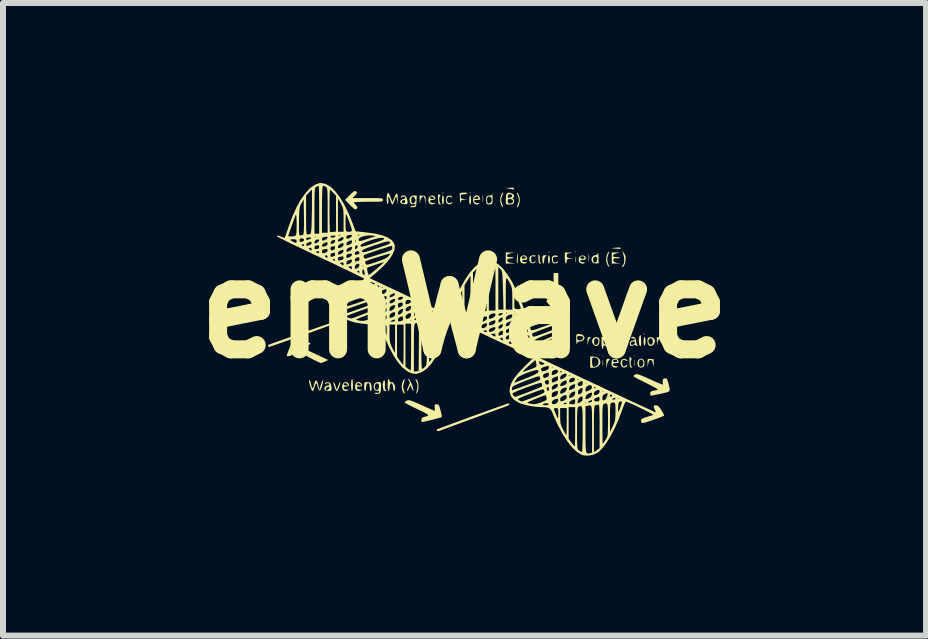
<source format=kicad_pcb>
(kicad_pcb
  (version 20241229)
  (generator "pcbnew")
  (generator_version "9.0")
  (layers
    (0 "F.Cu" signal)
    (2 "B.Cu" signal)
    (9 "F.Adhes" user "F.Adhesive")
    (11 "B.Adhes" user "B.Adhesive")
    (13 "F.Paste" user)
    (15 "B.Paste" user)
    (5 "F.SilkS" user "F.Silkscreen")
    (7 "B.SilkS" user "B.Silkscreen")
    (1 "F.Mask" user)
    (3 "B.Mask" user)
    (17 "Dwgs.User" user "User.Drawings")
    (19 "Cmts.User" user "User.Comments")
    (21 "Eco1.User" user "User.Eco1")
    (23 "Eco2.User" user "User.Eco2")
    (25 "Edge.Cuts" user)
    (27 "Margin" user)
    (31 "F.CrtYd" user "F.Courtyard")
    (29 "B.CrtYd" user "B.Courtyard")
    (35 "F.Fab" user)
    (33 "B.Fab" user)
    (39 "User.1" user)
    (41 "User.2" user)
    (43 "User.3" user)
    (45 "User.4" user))
  (footprint "emWave"
    (layer "F.Cu")
    (at 4.693 2.095)
    (property "Reference" "emWave" (at 0 0 0) (layer "F.SilkS") (effects (font (size 1.5 1.5) (thickness 0.3))))
    (attr board_only exclude_from_pos_files exclude_from_bom)
    (fp_poly (pts (xy 1.86 -0.946) (xy 1.852 -0.938) (xy 1.844 -0.946) (xy 1.852 -0.953)) (stroke (width 0) (type solid)) (fill yes) (layer "F.SilkS"))
    (fp_poly (pts (xy 2.313 0.789) (xy 2.306 0.797) (xy 2.298 0.789) (xy 2.306 0.782)) (stroke (width 0) (type solid)) (fill yes) (layer "F.SilkS"))
    (fp_poly (pts (xy 2.845 0.789) (xy 2.837 0.797) (xy 2.829 0.789) (xy 2.837 0.782)) (stroke (width 0) (type solid)) (fill yes) (layer "F.SilkS"))
    (fp_poly (pts (xy -0.349 -1.933) (xy -0.351 -1.924) (xy -0.36 -1.923) (xy -0.372 -1.928) (xy -0.37 -1.933) (xy -0.351 -1.935)) (stroke (width 0) (type solid)) (fill yes) (layer "F.SilkS"))
    (fp_poly (pts (xy 0.104 -1.933) (xy 0.102 -1.924) (xy 0.094 -1.923) (xy 0.081 -1.928) (xy 0.083 -1.933) (xy 0.102 -1.935)) (stroke (width 0) (type solid)) (fill yes) (layer "F.SilkS"))
    (fp_poly (pts (xy 1.417 -0.948) (xy 1.415 -0.939) (xy 1.407 -0.938) (xy 1.394 -0.944) (xy 1.396 -0.948) (xy 1.415 -0.95)) (stroke (width 0) (type solid)) (fill yes) (layer "F.SilkS"))
    (fp_poly (pts (xy 2.996 0.412) (xy 2.998 0.43) (xy 2.996 0.432) (xy 2.987 0.43) (xy 2.985 0.422) (xy 2.991 0.409)) (stroke (width 0) (type solid)) (fill yes) (layer "F.SilkS"))
    (fp_poly (pts (xy 1.856 -0.856) (xy 1.858 -0.809) (xy 1.855 -0.777) (xy 1.852 -0.771) (xy 1.849 -0.792) (xy 1.849 -0.821) (xy 1.85 -0.856) (xy 1.853 -0.866)) (stroke (width 0) (type solid)) (fill yes) (layer "F.SilkS"))
    (fp_poly (pts (xy 2.309 0.864) (xy 2.312 0.914) (xy 2.309 0.95) (xy 2.306 0.959) (xy 2.303 0.942) (xy 2.302 0.907) (xy 2.303 0.868) (xy 2.306 0.854)) (stroke (width 0) (type solid)) (fill yes) (layer "F.SilkS"))
    (fp_poly (pts (xy 2.84 0.864) (xy 2.843 0.914) (xy 2.84 0.95) (xy 2.837 0.959) (xy 2.835 0.942) (xy 2.834 0.907) (xy 2.835 0.868) (xy 2.837 0.854)) (stroke (width 0) (type solid)) (fill yes) (layer "F.SilkS"))
    (fp_poly (pts (xy 2.598 -1.017) (xy 2.604 -1.013) (xy 2.603 -1) (xy 2.576 -0.996) (xy 2.522 -1) (xy 2.517 -1) (xy 2.446 -1.009) (xy 2.522 -1.017) (xy 2.567 -1.019)) (stroke (width 0) (type solid)) (fill yes) (layer "F.SilkS"))
    (fp_poly (pts (xy 0.308 -1.894) (xy 0.308 -1.887) (xy 0.311 -1.832) (xy 0.308 -1.779) (xy 0.308 -1.778) (xy 0.305 -1.767) (xy 0.303 -1.784) (xy 0.302 -1.824) (xy 0.302 -1.837) (xy 0.303 -1.881) (xy 0.305 -1.901)) (stroke (width 0) (type solid)) (fill yes) (layer "F.SilkS"))
    (fp_poly (pts (xy 2.074 -0.909) (xy 2.075 -0.902) (xy 2.077 -0.847) (xy 2.075 -0.795) (xy 2.075 -0.793) (xy 2.072 -0.782) (xy 2.069 -0.799) (xy 2.068 -0.84) (xy 2.068 -0.852) (xy 2.069 -0.896) (xy 2.071 -0.916)) (stroke (width 0) (type solid)) (fill yes) (layer "F.SilkS"))
    (fp_poly (pts (xy -1.868 1.187) (xy -1.862 1.225) (xy -1.86 1.274) (xy -1.862 1.327) (xy -1.868 1.363) (xy -1.876 1.376) (xy -1.884 1.361) (xy -1.889 1.323) (xy -1.891 1.274) (xy -1.889 1.221) (xy -1.883 1.184) (xy -1.876 1.172)) (stroke (width 0) (type solid)) (fill yes) (layer "F.SilkS"))
    (fp_poly (pts (xy -0.351 -1.877) (xy -0.345 -1.841) (xy -0.344 -1.813) (xy -0.347 -1.769) (xy -0.354 -1.74) (xy -0.36 -1.735) (xy -0.368 -1.749) (xy -0.374 -1.785) (xy -0.375 -1.813) (xy -0.372 -1.858) (xy -0.365 -1.886) (xy -0.36 -1.891)) (stroke (width 0) (type solid)) (fill yes) (layer "F.SilkS"))
    (fp_poly (pts (xy 0.103 -1.877) (xy 0.108 -1.841) (xy 0.109 -1.813) (xy 0.107 -1.769) (xy 0.099 -1.74) (xy 0.094 -1.735) (xy 0.085 -1.749) (xy 0.079 -1.785) (xy 0.078 -1.813) (xy 0.081 -1.858) (xy 0.088 -1.886) (xy 0.094 -1.891)) (stroke (width 0) (type solid)) (fill yes) (layer "F.SilkS"))
    (fp_poly (pts (xy 0.823 -2.007) (xy 0.825 -2.002) (xy 0.822 -1.988) (xy 0.818 -1.987) (xy 0.795 -1.991) (xy 0.755 -1.998) (xy 0.742 -2.001) (xy 0.68 -2.012) (xy 0.739 -2.014) (xy 0.78 -2.016) (xy 0.806 -2.017) (xy 0.809 -2.018)) (stroke (width 0) (type solid)) (fill yes) (layer "F.SilkS"))
    (fp_poly (pts (xy 0.887 -0.901) (xy 0.889 -0.856) (xy 0.888 -0.803) (xy 0.885 -0.765) (xy 0.879 -0.75) (xy 0.879 -0.75) (xy 0.873 -0.764) (xy 0.871 -0.8) (xy 0.872 -0.825) (xy 0.877 -0.889) (xy 0.881 -0.924) (xy 0.885 -0.928)) (stroke (width 0) (type solid)) (fill yes) (layer "F.SilkS"))
    (fp_poly (pts (xy 1.416 -0.877) (xy 1.422 -0.842) (xy 1.422 -0.821) (xy 1.419 -0.779) (xy 1.411 -0.754) (xy 1.407 -0.75) (xy 1.397 -0.764) (xy 1.392 -0.8) (xy 1.391 -0.821) (xy 1.394 -0.863) (xy 1.402 -0.888) (xy 1.407 -0.891)) (stroke (width 0) (type solid)) (fill yes) (layer "F.SilkS"))
    (fp_poly (pts (xy 2.418 0.841) (xy 2.42 0.854) (xy 2.405 0.863) (xy 2.391 0.881) (xy 2.379 0.918) (xy 2.376 0.931) (xy 2.364 0.993) (xy 2.362 0.914) (xy 2.363 0.867) (xy 2.369 0.843) (xy 2.383 0.836) (xy 2.392 0.835)) (stroke (width 0) (type solid)) (fill yes) (layer "F.SilkS"))
    (fp_poly (pts (xy 3.01 0.483) (xy 3.016 0.518) (xy 3.017 0.538) (xy 3.014 0.583) (xy 3.005 0.612) (xy 3.001 0.617) (xy 2.991 0.61) (xy 2.986 0.575) (xy 2.985 0.548) (xy 2.988 0.503) (xy 2.995 0.474) (xy 3.001 0.469)) (stroke (width 0) (type solid)) (fill yes) (layer "F.SilkS"))
    (fp_poly (pts (xy 2.107 0.473) (xy 2.102 0.482) (xy 2.092 0.49) (xy 2.073 0.518) (xy 2.061 0.561) (xy 2.059 0.571) (xy 2.055 0.604) (xy 2.053 0.61) (xy 2.051 0.588) (xy 2.05 0.554) (xy 2.05 0.507) (xy 2.056 0.484) (xy 2.071 0.475) (xy 2.083 0.473)) (stroke (width 0) (type solid)) (fill yes) (layer "F.SilkS"))
    (fp_poly (pts (xy 2.939 0.446) (xy 2.943 0.528) (xy 2.944 0.583) (xy 2.942 0.614) (xy 2.937 0.625) (xy 2.936 0.625) (xy 2.918 0.614) (xy 2.918 0.613) (xy 2.909 0.583) (xy 2.906 0.538) (xy 2.908 0.492) (xy 2.915 0.458) (xy 2.92 0.45) (xy 2.936 0.441)) (stroke (width 0) (type solid)) (fill yes) (layer "F.SilkS"))
    (fp_poly (pts (xy 1.243 -0.903) (xy 1.251 -0.886) (xy 1.254 -0.85) (xy 1.253 -0.838) (xy 1.255 -0.789) (xy 1.268 -0.764) (xy 1.279 -0.753) (xy 1.262 -0.751) (xy 1.244 -0.758) (xy 1.235 -0.785) (xy 1.232 -0.813) (xy 1.231 -0.857) (xy 1.229 -0.887) (xy 1.229 -0.891) (xy 1.238 -0.903)) (stroke (width 0) (type solid)) (fill yes) (layer "F.SilkS"))
    (fp_poly (pts (xy 1.368 -0.889) (xy 1.368 -0.882) (xy 1.356 -0.874) (xy 1.334 -0.844) (xy 1.329 -0.804) (xy 1.325 -0.768) (xy 1.315 -0.751) (xy 1.313 -0.75) (xy 1.304 -0.764) (xy 1.298 -0.8) (xy 1.297 -0.821) (xy 1.299 -0.864) (xy 1.307 -0.884) (xy 1.326 -0.89) (xy 1.34 -0.89)) (stroke (width 0) (type solid)) (fill yes) (layer "F.SilkS"))
    (fp_poly (pts (xy -1.329 1.201) (xy -1.326 1.227) (xy -1.328 1.278) (xy -1.328 1.288) (xy -1.325 1.334) (xy -1.312 1.361) (xy -1.31 1.362) (xy -1.3 1.372) (xy -1.317 1.375) (xy -1.344 1.366) (xy -1.351 1.356) (xy -1.361 1.307) (xy -1.363 1.257) (xy -1.356 1.218) (xy -1.349 1.205) (xy -1.336 1.196)) (stroke (width 0) (type solid)) (fill yes) (layer "F.SilkS"))
    (fp_poly (pts (xy -0.997 1.185) (xy -1.005 1.218) (xy -1.01 1.235) (xy -1.023 1.283) (xy -1.021 1.323) (xy -1.01 1.36) (xy -0.999 1.402) (xy -1 1.421) (xy -1.011 1.415) (xy -1.029 1.383) (xy -1.043 1.335) (xy -1.047 1.297) (xy -1.042 1.256) (xy -1.029 1.214) (xy -1.013 1.182) (xy -1 1.172)) (stroke (width 0) (type solid)) (fill yes) (layer "F.SilkS"))
    (fp_poly (pts (xy -0.792 1.186) (xy -0.776 1.222) (xy -0.768 1.271) (xy -0.767 1.323) (xy -0.776 1.371) (xy -0.791 1.4) (xy -0.808 1.421) (xy -0.81 1.417) (xy -0.804 1.399) (xy -0.787 1.33) (xy -0.786 1.265) (xy -0.802 1.214) (xy -0.804 1.211) (xy -0.817 1.184) (xy -0.814 1.172) (xy -0.814 1.172)) (stroke (width 0) (type solid)) (fill yes) (layer "F.SilkS"))
    (fp_poly (pts (xy -0.41 -1.898) (xy -0.4 -1.88) (xy -0.406 -1.876) (xy -0.417 -1.863) (xy -0.422 -1.831) (xy -0.419 -1.794) (xy -0.409 -1.762) (xy -0.403 -1.754) (xy -0.394 -1.739) (xy -0.41 -1.735) (xy -0.427 -1.744) (xy -0.437 -1.776) (xy -0.441 -1.809) (xy -0.444 -1.871) (xy -0.437 -1.904) (xy -0.421 -1.907)) (stroke (width 0) (type solid)) (fill yes) (layer "F.SilkS"))
    (fp_poly (pts (xy 2.66 -0.922) (xy 2.68 -0.889) (xy 2.687 -0.849) (xy 2.684 -0.808) (xy 2.675 -0.758) (xy 2.659 -0.718) (xy 2.652 -0.707) (xy 2.632 -0.693) (xy 2.626 -0.699) (xy 2.636 -0.723) (xy 2.64 -0.726) (xy 2.656 -0.752) (xy 2.663 -0.798) (xy 2.66 -0.853) (xy 2.65 -0.895) (xy 2.628 -0.961)) (stroke (width 0) (type solid)) (fill yes) (layer "F.SilkS"))
    (fp_poly (pts (xy 2.411 -0.942) (xy 2.4 -0.913) (xy 2.398 -0.91) (xy 2.378 -0.838) (xy 2.387 -0.764) (xy 2.4 -0.734) (xy 2.415 -0.699) (xy 2.414 -0.689) (xy 2.397 -0.706) (xy 2.385 -0.722) (xy 2.368 -0.762) (xy 2.36 -0.811) (xy 2.36 -0.816) (xy 2.365 -0.864) (xy 2.378 -0.91) (xy 2.394 -0.943) (xy 2.409 -0.953)) (stroke (width 0) (type solid)) (fill yes) (layer "F.SilkS"))
    (fp_poly (pts (xy 0.645 -1.926) (xy 0.634 -1.898) (xy 0.632 -1.895) (xy 0.616 -1.851) (xy 0.61 -1.813) (xy 0.617 -1.77) (xy 0.632 -1.731) (xy 0.644 -1.702) (xy 0.643 -1.688) (xy 0.642 -1.688) (xy 0.628 -1.701) (xy 0.612 -1.728) (xy 0.598 -1.775) (xy 0.594 -1.813) (xy 0.599 -1.856) (xy 0.612 -1.898) (xy 0.629 -1.929) (xy 0.642 -1.938)) (stroke (width 0) (type solid)) (fill yes) (layer "F.SilkS"))
    (fp_poly (pts (xy 0.89 -1.925) (xy 0.907 -1.891) (xy 0.919 -1.848) (xy 0.922 -1.813) (xy 0.917 -1.766) (xy 0.904 -1.723) (xy 0.888 -1.694) (xy 0.877 -1.688) (xy 0.872 -1.7) (xy 0.883 -1.728) (xy 0.884 -1.731) (xy 0.901 -1.776) (xy 0.906 -1.813) (xy 0.899 -1.856) (xy 0.884 -1.895) (xy 0.872 -1.925) (xy 0.873 -1.938) (xy 0.874 -1.938)) (stroke (width 0) (type solid)) (fill yes) (layer "F.SilkS"))
    (fp_poly (pts (xy 2.772 0.815) (xy 2.773 0.816) (xy 2.786 0.84) (xy 2.781 0.851) (xy 2.769 0.882) (xy 2.769 0.924) (xy 2.78 0.96) (xy 2.785 0.966) (xy 2.796 0.982) (xy 2.786 0.985) (xy 2.764 0.976) (xy 2.761 0.973) (xy 2.756 0.951) (xy 2.752 0.911) (xy 2.749 0.864) (xy 2.749 0.823) (xy 2.75 0.816) (xy 2.755 0.804)) (stroke (width 0) (type solid)) (fill yes) (layer "F.SilkS"))
    (fp_poly (pts (xy -0.699 -1.884) (xy -0.669 -1.882) (xy -0.654 -1.872) (xy -0.648 -1.845) (xy -0.646 -1.805) (xy -0.644 -1.727) (xy -0.655 -1.793) (xy -0.664 -1.836) (xy -0.674 -1.865) (xy -0.677 -1.87) (xy -0.696 -1.872) (xy -0.716 -1.852) (xy -0.733 -1.815) (xy -0.739 -1.785) (xy -0.743 -1.756) (xy -0.745 -1.755) (xy -0.747 -1.783) (xy -0.748 -1.806) (xy -0.75 -1.885)) (stroke (width 0) (type solid)) (fill yes) (layer "F.SilkS"))
    (fp_poly (pts (xy -2.071 1.222) (xy -2.07 1.241) (xy -2.08 1.276) (xy -2.094 1.318) (xy -2.111 1.354) (xy -2.125 1.374) (xy -2.128 1.376) (xy -2.143 1.363) (xy -2.157 1.336) (xy -2.173 1.288) (xy -2.183 1.254) (xy -2.186 1.226) (xy -2.181 1.223) (xy -2.169 1.24) (xy -2.155 1.273) (xy -2.148 1.295) (xy -2.13 1.352) (xy -2.112 1.305) (xy -2.097 1.265) (xy -2.086 1.237) (xy -2.075 1.221)) (stroke (width 0) (type solid)) (fill yes) (layer "F.SilkS"))
    (fp_poly (pts (xy 3.255 0.476) (xy 3.285 0.478) (xy 3.3 0.488) (xy 3.306 0.515) (xy 3.308 0.555) (xy 3.308 0.595) (xy 3.307 0.606) (xy 3.305 0.587) (xy 3.303 0.571) (xy 3.295 0.527) (xy 3.285 0.498) (xy 3.282 0.494) (xy 3.261 0.488) (xy 3.239 0.507) (xy 3.222 0.544) (xy 3.216 0.576) (xy 3.212 0.604) (xy 3.21 0.605) (xy 3.208 0.577) (xy 3.207 0.554) (xy 3.204 0.476)) (stroke (width 0) (type solid)) (fill yes) (layer "F.SilkS"))
    (fp_poly (pts (xy 1.747 -0.935) (xy 1.788 -0.933) (xy 1.8 -0.932) (xy 1.784 -0.929) (xy 1.762 -0.926) (xy 1.723 -0.919) (xy 1.707 -0.904) (xy 1.704 -0.883) (xy 1.709 -0.858) (xy 1.729 -0.845) (xy 1.762 -0.84) (xy 1.821 -0.834) (xy 1.762 -0.831) (xy 1.724 -0.827) (xy 1.707 -0.814) (xy 1.704 -0.789) (xy 1.698 -0.76) (xy 1.688 -0.75) (xy 1.68 -0.765) (xy 1.674 -0.802) (xy 1.672 -0.844) (xy 1.672 -0.938)) (stroke (width 0) (type solid)) (fill yes) (layer "F.SilkS"))
    (fp_poly (pts (xy 3.091 0.837) (xy 3.127 0.84) (xy 3.146 0.842) (xy 3.152 0.857) (xy 3.155 0.894) (xy 3.155 0.918) (xy 3.153 0.959) (xy 3.151 0.97) (xy 3.148 0.953) (xy 3.146 0.938) (xy 3.132 0.883) (xy 3.112 0.856) (xy 3.089 0.857) (xy 3.07 0.886) (xy 3.059 0.935) (xy 3.056 0.964) (xy 3.053 0.964) (xy 3.051 0.936) (xy 3.051 0.914) (xy 3.05 0.867) (xy 3.055 0.844) (xy 3.07 0.837)) (stroke (width 0) (type solid)) (fill yes) (layer "F.SilkS"))
    (fp_poly (pts (xy -0.916 1.186) (xy -0.894 1.225) (xy -0.876 1.267) (xy -0.859 1.32) (xy -0.851 1.356) (xy -0.852 1.373) (xy -0.861 1.366) (xy -0.878 1.334) (xy -0.881 1.327) (xy -0.904 1.274) (xy -0.924 1.325) (xy -0.941 1.359) (xy -0.956 1.375) (xy -0.957 1.376) (xy -0.959 1.363) (xy -0.95 1.331) (xy -0.944 1.317) (xy -0.927 1.275) (xy -0.914 1.245) (xy -0.912 1.241) (xy -0.916 1.217) (xy -0.93 1.198) (xy -0.946 1.178) (xy -0.938 1.172) (xy -0.933 1.172)) (stroke (width 0) (type solid)) (fill yes) (layer "F.SilkS"))
    (fp_poly (pts (xy -0.229 -1.882) (xy -0.206 -1.867) (xy -0.203 -1.857) (xy -0.212 -1.851) (xy -0.227 -1.86) (xy -0.256 -1.868) (xy -0.282 -1.853) (xy -0.297 -1.821) (xy -0.297 -1.813) (xy -0.286 -1.777) (xy -0.26 -1.759) (xy -0.229 -1.764) (xy -0.224 -1.768) (xy -0.205 -1.782) (xy -0.204 -1.773) (xy -0.206 -1.766) (xy -0.227 -1.744) (xy -0.261 -1.739) (xy -0.292 -1.752) (xy -0.293 -1.753) (xy -0.31 -1.788) (xy -0.31 -1.831) (xy -0.296 -1.868) (xy -0.29 -1.875) (xy -0.262 -1.885)) (stroke (width 0) (type solid)) (fill yes) (layer "F.SilkS"))
    (fp_poly (pts (xy 0.762 -0.936) (xy 0.836 -0.933) (xy 0.774 -0.924) (xy 0.726 -0.91) (xy 0.706 -0.887) (xy 0.706 -0.887) (xy 0.708 -0.87) (xy 0.728 -0.862) (xy 0.767 -0.86) (xy 0.809 -0.856) (xy 0.822 -0.849) (xy 0.806 -0.841) (xy 0.763 -0.837) (xy 0.762 -0.837) (xy 0.726 -0.832) (xy 0.712 -0.816) (xy 0.711 -0.805) (xy 0.717 -0.784) (xy 0.741 -0.772) (xy 0.782 -0.764) (xy 0.852 -0.755) (xy 0.77 -0.753) (xy 0.688 -0.75) (xy 0.688 -0.844) (xy 0.688 -0.938)) (stroke (width 0) (type solid)) (fill yes) (layer "F.SilkS"))
    (fp_poly (pts (xy 1.187 -0.882) (xy 1.188 -0.877) (xy 1.175 -0.87) (xy 1.149 -0.871) (xy 1.123 -0.873) (xy 1.112 -0.86) (xy 1.11 -0.824) (xy 1.11 -0.822) (xy 1.116 -0.78) (xy 1.135 -0.766) (xy 1.165 -0.78) (xy 1.171 -0.785) (xy 1.186 -0.797) (xy 1.185 -0.783) (xy 1.185 -0.782) (xy 1.164 -0.759) (xy 1.131 -0.754) (xy 1.1 -0.767) (xy 1.098 -0.768) (xy 1.08 -0.807) (xy 1.085 -0.858) (xy 1.088 -0.866) (xy 1.106 -0.881) (xy 1.137 -0.89) (xy 1.168 -0.891)) (stroke (width 0) (type solid)) (fill yes) (layer "F.SilkS"))
    (fp_poly (pts (xy 1.541 -0.885) (xy 1.552 -0.877) (xy 1.554 -0.866) (xy 1.528 -0.864) (xy 1.523 -0.864) (xy 1.488 -0.861) (xy 1.474 -0.843) (xy 1.473 -0.836) (xy 1.477 -0.798) (xy 1.484 -0.782) (xy 1.5 -0.767) (xy 1.523 -0.773) (xy 1.533 -0.779) (xy 1.557 -0.791) (xy 1.561 -0.785) (xy 1.56 -0.779) (xy 1.541 -0.762) (xy 1.512 -0.753) (xy 1.479 -0.756) (xy 1.463 -0.78) (xy 1.461 -0.787) (xy 1.455 -0.829) (xy 1.456 -0.855) (xy 1.474 -0.878) (xy 1.508 -0.889)) (stroke (width 0) (type solid)) (fill yes) (layer "F.SilkS"))
    (fp_poly (pts (xy 2.212 0.475) (xy 2.24 0.489) (xy 2.25 0.516) (xy 2.251 0.536) (xy 2.242 0.588) (xy 2.219 0.618) (xy 2.186 0.623) (xy 2.15 0.601) (xy 2.127 0.561) (xy 2.128 0.529) (xy 2.16 0.529) (xy 2.16 0.576) (xy 2.173 0.603) (xy 2.196 0.606) (xy 2.219 0.587) (xy 2.232 0.554) (xy 2.232 0.528) (xy 2.218 0.499) (xy 2.192 0.491) (xy 2.169 0.505) (xy 2.16 0.529) (xy 2.128 0.529) (xy 2.128 0.521) (xy 2.148 0.489) (xy 2.184 0.473)) (stroke (width 0) (type solid)) (fill yes) (layer "F.SilkS"))
    (fp_poly (pts (xy 2.698 0.846) (xy 2.715 0.861) (xy 2.713 0.872) (xy 2.696 0.87) (xy 2.682 0.861) (xy 2.653 0.849) (xy 2.633 0.865) (xy 2.626 0.906) (xy 2.626 0.907) (xy 2.633 0.947) (xy 2.651 0.965) (xy 2.675 0.958) (xy 2.677 0.955) (xy 2.7 0.939) (xy 2.713 0.941) (xy 2.706 0.959) (xy 2.704 0.961) (xy 2.67 0.983) (xy 2.634 0.977) (xy 2.61 0.952) (xy 2.599 0.908) (xy 2.609 0.866) (xy 2.636 0.838) (xy 2.642 0.836) (xy 2.67 0.836)) (stroke (width 0) (type solid)) (fill yes) (layer "F.SilkS"))
    (fp_poly (pts (xy 0.024 -1.935) (xy 0.046 -1.927) (xy 0.047 -1.923) (xy 0.033 -1.913) (xy -0.001 -1.907) (xy -0.008 -1.907) (xy -0.045 -1.904) (xy -0.06 -1.891) (xy -0.063 -1.869) (xy -0.058 -1.843) (xy -0.038 -1.83) (xy -0.004 -1.825) (xy 0.055 -1.818) (xy -0.003 -1.816) (xy -0.042 -1.811) (xy -0.06 -1.796) (xy -0.067 -1.77) (xy -0.071 -1.761) (xy -0.074 -1.779) (xy -0.076 -1.817) (xy -0.078 -1.868) (xy -0.08 -1.905) (xy -0.082 -1.919) (xy -0.071 -1.927) (xy -0.037 -1.933) (xy -0.02 -1.935)) (stroke (width 0) (type solid)) (fill yes) (layer "F.SilkS"))
    (fp_poly (pts (xy -1.59 1.228) (xy -1.567 1.238) (xy -1.555 1.261) (xy -1.549 1.298) (xy -1.548 1.337) (xy -1.554 1.366) (xy -1.563 1.376) (xy -1.573 1.362) (xy -1.578 1.327) (xy -1.579 1.316) (xy -1.582 1.267) (xy -1.593 1.244) (xy -1.614 1.244) (xy -1.619 1.245) (xy -1.635 1.267) (xy -1.641 1.312) (xy -1.641 1.315) (xy -1.645 1.353) (xy -1.654 1.374) (xy -1.657 1.376) (xy -1.666 1.361) (xy -1.672 1.326) (xy -1.672 1.299) (xy -1.671 1.254) (xy -1.665 1.231) (xy -1.648 1.224) (xy -1.63 1.223)) (stroke (width 0) (type solid)) (fill yes) (layer "F.SilkS"))
    (fp_poly (pts (xy 2.231 -0.908) (xy 2.233 -0.864) (xy 2.233 -0.859) (xy 2.235 -0.757) (xy 2.189 -0.753) (xy 2.148 -0.759) (xy 2.125 -0.783) (xy 2.116 -0.823) (xy 2.142 -0.823) (xy 2.148 -0.787) (xy 2.166 -0.767) (xy 2.188 -0.77) (xy 2.206 -0.793) (xy 2.212 -0.821) (xy 2.207 -0.855) (xy 2.188 -0.867) (xy 2.181 -0.868) (xy 2.153 -0.855) (xy 2.142 -0.823) (xy 2.116 -0.823) (xy 2.116 -0.826) (xy 2.129 -0.864) (xy 2.16 -0.888) (xy 2.179 -0.891) (xy 2.212 -0.901) (xy 2.224 -0.926) (xy 2.228 -0.93)) (stroke (width 0) (type solid)) (fill yes) (layer "F.SilkS"))
    (fp_poly (pts (xy 2.528 -0.936) (xy 2.603 -0.933) (xy 2.541 -0.924) (xy 2.495 -0.91) (xy 2.477 -0.888) (xy 2.476 -0.887) (xy 2.48 -0.869) (xy 2.502 -0.861) (xy 2.534 -0.86) (xy 2.571 -0.857) (xy 2.588 -0.849) (xy 2.588 -0.846) (xy 2.568 -0.837) (xy 2.548 -0.839) (xy 2.506 -0.842) (xy 2.482 -0.826) (xy 2.48 -0.799) (xy 2.495 -0.777) (xy 2.529 -0.765) (xy 2.553 -0.762) (xy 2.588 -0.758) (xy 2.595 -0.756) (xy 2.574 -0.754) (xy 2.536 -0.753) (xy 2.454 -0.75) (xy 2.454 -0.844) (xy 2.454 -0.938)) (stroke (width 0) (type solid)) (fill yes) (layer "F.SilkS"))
    (fp_poly (pts (xy -1.253 1.185) (xy -1.25 1.203) (xy -1.243 1.225) (xy -1.225 1.224) (xy -1.196 1.227) (xy -1.172 1.254) (xy -1.158 1.299) (xy -1.157 1.324) (xy -1.161 1.363) (xy -1.171 1.374) (xy -1.182 1.36) (xy -1.19 1.32) (xy -1.191 1.309) (xy -1.199 1.263) (xy -1.214 1.244) (xy -1.219 1.243) (xy -1.236 1.255) (xy -1.246 1.293) (xy -1.247 1.309) (xy -1.254 1.356) (xy -1.263 1.374) (xy -1.272 1.366) (xy -1.279 1.333) (xy -1.282 1.278) (xy -1.282 1.274) (xy -1.28 1.221) (xy -1.274 1.184) (xy -1.266 1.172)) (stroke (width 0) (type solid)) (fill yes) (layer "F.SilkS"))
    (fp_poly (pts (xy 2.213 0.809) (xy 2.251 0.842) (xy 2.266 0.892) (xy 2.266 0.894) (xy 2.252 0.934) (xy 2.216 0.967) (xy 2.166 0.984) (xy 2.149 0.985) (xy 2.095 0.985) (xy 2.095 0.891) (xy 2.126 0.891) (xy 2.13 0.943) (xy 2.144 0.968) (xy 2.173 0.967) (xy 2.205 0.953) (xy 2.228 0.925) (xy 2.235 0.884) (xy 2.226 0.845) (xy 2.216 0.832) (xy 2.187 0.816) (xy 2.162 0.813) (xy 2.14 0.816) (xy 2.13 0.83) (xy 2.126 0.864) (xy 2.126 0.891) (xy 2.095 0.891) (xy 2.095 0.797) (xy 2.156 0.797)) (stroke (width 0) (type solid)) (fill yes) (layer "F.SilkS"))
    (fp_poly (pts (xy 3.13 0.477) (xy 3.161 0.5) (xy 3.174 0.536) (xy 3.166 0.577) (xy 3.148 0.601) (xy 3.112 0.623) (xy 3.077 0.615) (xy 3.067 0.606) (xy 3.054 0.579) (xy 3.048 0.537) (xy 3.048 0.536) (xy 3.048 0.535) (xy 3.065 0.535) (xy 3.07 0.57) (xy 3.079 0.586) (xy 3.105 0.603) (xy 3.127 0.593) (xy 3.139 0.562) (xy 3.139 0.541) (xy 3.13 0.505) (xy 3.109 0.493) (xy 3.103 0.492) (xy 3.077 0.505) (xy 3.065 0.535) (xy 3.048 0.535) (xy 3.053 0.499) (xy 3.072 0.48) (xy 3.087 0.475)) (stroke (width 0) (type solid)) (fill yes) (layer "F.SilkS"))
    (fp_poly (pts (xy 2.978 0.844) (xy 2.978 0.845) (xy 2.995 0.874) (xy 3.001 0.914) (xy 2.995 0.952) (xy 2.978 0.975) (xy 2.976 0.975) (xy 2.931 0.984) (xy 2.901 0.967) (xy 2.891 0.952) (xy 2.88 0.91) (xy 2.88 0.91) (xy 2.908 0.91) (xy 2.911 0.944) (xy 2.918 0.959) (xy 2.944 0.969) (xy 2.968 0.953) (xy 2.982 0.918) (xy 2.982 0.912) (xy 2.977 0.873) (xy 2.956 0.85) (xy 2.927 0.85) (xy 2.922 0.853) (xy 2.911 0.874) (xy 2.908 0.91) (xy 2.88 0.91) (xy 2.889 0.871) (xy 2.912 0.842) (xy 2.944 0.831)) (stroke (width 0) (type solid)) (fill yes) (layer "F.SilkS"))
    (fp_poly (pts (xy 2.341 0.474) (xy 2.38 0.479) (xy 2.397 0.493) (xy 2.404 0.525) (xy 2.404 0.529) (xy 2.401 0.579) (xy 2.381 0.611) (xy 2.35 0.619) (xy 2.342 0.617) (xy 2.319 0.617) (xy 2.313 0.64) (xy 2.308 0.666) (xy 2.299 0.672) (xy 2.292 0.658) (xy 2.286 0.621) (xy 2.284 0.572) (xy 2.284 0.538) (xy 2.316 0.538) (xy 2.32 0.577) (xy 2.338 0.598) (xy 2.364 0.595) (xy 2.374 0.587) (xy 2.388 0.552) (xy 2.385 0.524) (xy 2.368 0.493) (xy 2.345 0.488) (xy 2.325 0.507) (xy 2.316 0.538) (xy 2.284 0.538) (xy 2.283 0.472)) (stroke (width 0) (type solid)) (fill yes) (layer "F.SilkS"))
    (fp_poly (pts (xy 1.017 -0.883) (xy 1.041 -0.86) (xy 1.044 -0.848) (xy 1.043 -0.823) (xy 1.025 -0.814) (xy 1 -0.813) (xy 0.965 -0.808) (xy 0.958 -0.793) (xy 0.977 -0.78) (xy 1.006 -0.777) (xy 1.034 -0.774) (xy 1.039 -0.765) (xy 1.015 -0.752) (xy 0.98 -0.752) (xy 0.947 -0.764) (xy 0.941 -0.769) (xy 0.924 -0.805) (xy 0.927 -0.846) (xy 0.93 -0.852) (xy 0.953 -0.852) (xy 0.964 -0.833) (xy 0.989 -0.831) (xy 1.016 -0.841) (xy 1.024 -0.852) (xy 1.011 -0.866) (xy 0.989 -0.873) (xy 0.96 -0.869) (xy 0.953 -0.852) (xy 0.93 -0.852) (xy 0.945 -0.875) (xy 0.981 -0.89)) (stroke (width 0) (type solid)) (fill yes) (layer "F.SilkS"))
    (fp_poly (pts (xy -1.946 1.235) (xy -1.945 1.235) (xy -1.923 1.265) (xy -1.93 1.287) (xy -1.964 1.297) (xy -1.971 1.297) (xy -2.004 1.301) (xy -2.014 1.316) (xy -2.013 1.325) (xy -1.998 1.345) (xy -1.961 1.349) (xy -1.932 1.349) (xy -1.932 1.355) (xy -1.938 1.36) (xy -1.982 1.375) (xy -2.018 1.361) (xy -2.033 1.343) (xy -2.043 1.301) (xy -2.034 1.262) (xy -2.034 1.261) (xy -2.016 1.261) (xy -2.005 1.276) (xy -1.974 1.282) (xy -1.945 1.28) (xy -1.944 1.271) (xy -1.957 1.256) (xy -1.983 1.241) (xy -1.999 1.242) (xy -2.016 1.261) (xy -2.034 1.261) (xy -2.012 1.233) (xy -1.98 1.222)) (stroke (width 0) (type solid)) (fill yes) (layer "F.SilkS"))
    (fp_poly (pts (xy -1.725 1.239) (xy -1.707 1.272) (xy -1.711 1.29) (xy -1.738 1.297) (xy -1.751 1.297) (xy -1.785 1.301) (xy -1.795 1.315) (xy -1.794 1.325) (xy -1.779 1.345) (xy -1.742 1.349) (xy -1.713 1.349) (xy -1.713 1.355) (xy -1.719 1.36) (xy -1.764 1.375) (xy -1.803 1.362) (xy -1.812 1.353) (xy -1.826 1.316) (xy -1.822 1.271) (xy -1.816 1.261) (xy -1.797 1.261) (xy -1.786 1.276) (xy -1.755 1.282) (xy -1.727 1.28) (xy -1.725 1.271) (xy -1.738 1.256) (xy -1.764 1.241) (xy -1.78 1.242) (xy -1.797 1.261) (xy -1.816 1.261) (xy -1.802 1.235) (xy -1.794 1.229) (xy -1.758 1.222)) (stroke (width 0) (type solid)) (fill yes) (layer "F.SilkS"))
    (fp_poly (pts (xy -0.508 -1.876) (xy -0.507 -1.875) (xy -0.485 -1.846) (xy -0.492 -1.823) (xy -0.526 -1.813) (xy -0.533 -1.813) (xy -0.566 -1.809) (xy -0.576 -1.794) (xy -0.575 -1.786) (xy -0.56 -1.766) (xy -0.523 -1.762) (xy -0.494 -1.762) (xy -0.494 -1.755) (xy -0.5 -1.75) (xy -0.544 -1.736) (xy -0.58 -1.749) (xy -0.595 -1.768) (xy -0.605 -1.81) (xy -0.596 -1.849) (xy -0.596 -1.849) (xy -0.578 -1.849) (xy -0.567 -1.834) (xy -0.536 -1.829) (xy -0.507 -1.831) (xy -0.506 -1.84) (xy -0.519 -1.854) (xy -0.545 -1.87) (xy -0.561 -1.869) (xy -0.578 -1.849) (xy -0.596 -1.849) (xy -0.573 -1.877) (xy -0.542 -1.889)) (stroke (width 0) (type solid)) (fill yes) (layer "F.SilkS"))
    (fp_poly (pts (xy 1.563 -0.349) (xy 1.563 -0.104) (xy 1.608 -0.146) (xy 1.638 -0.172) (xy 1.656 -0.178) (xy 1.672 -0.165) (xy 1.679 -0.149) (xy 1.672 -0.128) (xy 1.649 -0.095) (xy 1.615 -0.055) (xy 1.576 -0.013) (xy 1.544 0.017) (xy 1.525 0.031) (xy 1.523 0.031) (xy 1.505 0.021) (xy 1.472 -0.007) (xy 1.432 -0.045) (xy 1.43 -0.047) (xy 1.39 -0.088) (xy 1.37 -0.114) (xy 1.366 -0.132) (xy 1.375 -0.147) (xy 1.38 -0.152) (xy 1.399 -0.168) (xy 1.417 -0.165) (xy 1.445 -0.142) (xy 1.446 -0.141) (xy 1.485 -0.104) (xy 1.485 -0.349) (xy 1.485 -0.594) (xy 1.524 -0.594) (xy 1.563 -0.594)) (stroke (width 0) (type solid)) (fill yes) (layer "F.SilkS"))
    (fp_poly (pts (xy 1.998 -0.881) (xy 2.015 -0.863) (xy 2.024 -0.833) (xy 2.009 -0.817) (xy 1.967 -0.813) (xy 1.966 -0.813) (xy 1.932 -0.807) (xy 1.927 -0.793) (xy 1.946 -0.779) (xy 1.974 -0.774) (xy 2.001 -0.771) (xy 2.006 -0.763) (xy 1.983 -0.749) (xy 1.949 -0.753) (xy 1.919 -0.77) (xy 1.908 -0.785) (xy 1.903 -0.833) (xy 1.916 -0.862) (xy 1.932 -0.862) (xy 1.932 -0.841) (xy 1.957 -0.83) (xy 1.972 -0.828) (xy 1.996 -0.839) (xy 2.001 -0.852) (xy 1.988 -0.869) (xy 1.962 -0.875) (xy 1.937 -0.868) (xy 1.932 -0.862) (xy 1.916 -0.862) (xy 1.92 -0.87) (xy 1.958 -0.888) (xy 1.958 -0.888)) (stroke (width 0) (type solid)) (fill yes) (layer "F.SilkS"))
    (fp_poly (pts (xy 0.238 -1.877) (xy 0.25 -1.861) (xy 0.263 -1.831) (xy 0.257 -1.817) (xy 0.227 -1.813) (xy 0.211 -1.813) (xy 0.175 -1.81) (xy 0.157 -1.801) (xy 0.156 -1.799) (xy 0.169 -1.775) (xy 0.199 -1.76) (xy 0.227 -1.761) (xy 0.246 -1.764) (xy 0.244 -1.753) (xy 0.218 -1.737) (xy 0.183 -1.739) (xy 0.159 -1.754) (xy 0.145 -1.783) (xy 0.141 -1.813) (xy 0.146 -1.836) (xy 0.16 -1.836) (xy 0.169 -1.83) (xy 0.192 -1.829) (xy 0.223 -1.833) (xy 0.234 -1.844) (xy 0.223 -1.865) (xy 0.198 -1.868) (xy 0.175 -1.854) (xy 0.16 -1.836) (xy 0.146 -1.836) (xy 0.151 -1.856) (xy 0.176 -1.884) (xy 0.208 -1.892)) (stroke (width 0) (type solid)) (fill yes) (layer "F.SilkS"))
    (fp_poly (pts (xy 1.951 0.43) (xy 1.988 0.453) (xy 2.001 0.482) (xy 1.987 0.521) (xy 1.95 0.543) (xy 1.92 0.547) (xy 1.888 0.553) (xy 1.873 0.579) (xy 1.871 0.59) (xy 1.868 0.598) (xy 1.865 0.578) (xy 1.863 0.536) (xy 1.862 0.528) (xy 1.862 0.482) (xy 1.876 0.482) (xy 1.881 0.512) (xy 1.886 0.521) (xy 1.915 0.531) (xy 1.951 0.523) (xy 1.969 0.509) (xy 1.98 0.48) (xy 1.964 0.461) (xy 1.922 0.453) (xy 1.922 0.453) (xy 1.887 0.459) (xy 1.876 0.478) (xy 1.876 0.482) (xy 1.862 0.482) (xy 1.862 0.472) (xy 1.864 0.44) (xy 1.873 0.426) (xy 1.89 0.422) (xy 1.9 0.422)) (stroke (width 0) (type solid)) (fill yes) (layer "F.SilkS"))
    (fp_poly (pts (xy 2.56 0.857) (xy 2.568 0.876) (xy 2.569 0.897) (xy 2.551 0.905) (xy 2.522 0.907) (xy 2.485 0.91) (xy 2.472 0.922) (xy 2.473 0.934) (xy 2.49 0.955) (xy 2.521 0.958) (xy 2.549 0.961) (xy 2.555 0.97) (xy 2.531 0.983) (xy 2.496 0.981) (xy 2.474 0.972) (xy 2.454 0.944) (xy 2.449 0.904) (xy 2.456 0.87) (xy 2.472 0.87) (xy 2.477 0.884) (xy 2.508 0.891) (xy 2.509 0.891) (xy 2.538 0.886) (xy 2.548 0.876) (xy 2.535 0.854) (xy 2.506 0.85) (xy 2.495 0.853) (xy 2.472 0.87) (xy 2.456 0.87) (xy 2.457 0.865) (xy 2.478 0.839) (xy 2.483 0.837) (xy 2.528 0.835)) (stroke (width 0) (type solid)) (fill yes) (layer "F.SilkS"))
    (fp_poly (pts (xy 0.465 -1.892) (xy 0.467 -1.848) (xy 0.467 -1.844) (xy 0.467 -1.789) (xy 0.464 -1.758) (xy 0.455 -1.744) (xy 0.436 -1.739) (xy 0.425 -1.738) (xy 0.389 -1.739) (xy 0.37 -1.745) (xy 0.363 -1.767) (xy 0.36 -1.806) (xy 0.36 -1.815) (xy 0.36 -1.815) (xy 0.375 -1.815) (xy 0.38 -1.771) (xy 0.395 -1.754) (xy 0.426 -1.759) (xy 0.429 -1.76) (xy 0.448 -1.782) (xy 0.453 -1.817) (xy 0.445 -1.85) (xy 0.428 -1.866) (xy 0.396 -1.869) (xy 0.378 -1.845) (xy 0.375 -1.815) (xy 0.36 -1.815) (xy 0.364 -1.858) (xy 0.38 -1.879) (xy 0.391 -1.883) (xy 0.423 -1.888) (xy 0.436 -1.884) (xy 0.45 -1.89) (xy 0.458 -1.911) (xy 0.461 -1.915)) (stroke (width 0) (type solid)) (fill yes) (layer "F.SilkS"))
    (fp_poly (pts (xy -2.255 1.228) (xy -2.244 1.234) (xy -2.229 1.26) (xy -2.218 1.303) (xy -2.217 1.311) (xy -2.215 1.349) (xy -2.224 1.366) (xy -2.251 1.371) (xy -2.262 1.371) (xy -2.303 1.366) (xy -2.33 1.351) (xy -2.33 1.35) (xy -2.335 1.334) (xy -2.311 1.334) (xy -2.307 1.356) (xy -2.288 1.357) (xy -2.261 1.339) (xy -2.253 1.323) (xy -2.257 1.301) (xy -2.277 1.3) (xy -2.303 1.318) (xy -2.311 1.334) (xy -2.335 1.334) (xy -2.338 1.323) (xy -2.322 1.297) (xy -2.289 1.282) (xy -2.28 1.282) (xy -2.255 1.273) (xy -2.254 1.254) (xy -2.267 1.242) (xy -2.291 1.242) (xy -2.306 1.251) (xy -2.325 1.261) (xy -2.329 1.253) (xy -2.316 1.235) (xy -2.287 1.225)) (stroke (width 0) (type solid)) (fill yes) (layer "F.SilkS"))
    (fp_poly (pts (xy -1.408 1.225) (xy -1.396 1.237) (xy -1.391 1.268) (xy -1.391 1.298) (xy -1.394 1.361) (xy -1.403 1.399) (xy -1.423 1.418) (xy -1.455 1.422) (xy -1.488 1.418) (xy -1.501 1.409) (xy -1.488 1.401) (xy -1.461 1.403) (xy -1.431 1.403) (xy -1.422 1.386) (xy -1.432 1.368) (xy -1.446 1.37) (xy -1.479 1.368) (xy -1.504 1.343) (xy -1.514 1.31) (xy -1.496 1.31) (xy -1.494 1.322) (xy -1.477 1.353) (xy -1.455 1.357) (xy -1.435 1.338) (xy -1.425 1.303) (xy -1.429 1.261) (xy -1.444 1.246) (xy -1.472 1.248) (xy -1.492 1.272) (xy -1.496 1.31) (xy -1.514 1.31) (xy -1.516 1.302) (xy -1.516 1.297) (xy -1.506 1.252) (xy -1.474 1.228) (xy -1.434 1.223)) (stroke (width 0) (type solid)) (fill yes) (layer "F.SilkS"))
    (fp_poly (pts (xy -0.989 -1.882) (xy -0.987 -1.88) (xy -0.968 -1.856) (xy -0.955 -1.814) (xy -0.953 -1.803) (xy -0.949 -1.763) (xy -0.956 -1.745) (xy -0.979 -1.74) (xy -0.995 -1.74) (xy -1.036 -1.745) (xy -1.064 -1.76) (xy -1.064 -1.76) (xy -1.069 -1.778) (xy -1.043 -1.778) (xy -1.039 -1.765) (xy -1.019 -1.754) (xy -0.997 -1.766) (xy -0.988 -1.787) (xy -0.994 -1.809) (xy -1.006 -1.813) (xy -1.035 -1.802) (xy -1.043 -1.778) (xy -1.069 -1.778) (xy -1.072 -1.788) (xy -1.056 -1.814) (xy -1.023 -1.828) (xy -1.014 -1.829) (xy -0.989 -1.837) (xy -0.988 -1.857) (xy -1.001 -1.868) (xy -1.025 -1.868) (xy -1.04 -1.859) (xy -1.059 -1.849) (xy -1.063 -1.859) (xy -1.05 -1.88) (xy -1.021 -1.889)) (stroke (width 0) (type solid)) (fill yes) (layer "F.SilkS"))
    (fp_poly (pts (xy -2.572 0.573) (xy -2.573 0.583) (xy -2.577 0.591) (xy -2.599 0.605) (xy -2.641 0.618) (xy -2.667 0.623) (xy -2.743 0.635) (xy -2.595 0.704) (xy -2.521 0.739) (xy -2.447 0.773) (xy -2.384 0.803) (xy -2.36 0.814) (xy -2.274 0.855) (xy -2.324 0.881) (xy -2.363 0.898) (xy -2.392 0.906) (xy -2.395 0.906) (xy -2.415 0.899) (xy -2.457 0.88) (xy -2.517 0.851) (xy -2.587 0.814) (xy -2.623 0.796) (xy -2.83 0.686) (xy -2.846 0.732) (xy -2.87 0.771) (xy -2.911 0.788) (xy -2.946 0.793) (xy -2.964 0.792) (xy -2.965 0.792) (xy -2.962 0.776) (xy -2.95 0.739) (xy -2.932 0.694) (xy -2.895 0.602) (xy -2.741 0.582) (xy -2.663 0.573) (xy -2.612 0.568) (xy -2.583 0.568)) (stroke (width 0) (type solid)) (fill yes) (layer "F.SilkS"))
    (fp_poly (pts (xy -2.128 0.212) (xy -2.126 0.221) (xy -2.141 0.232) (xy -2.185 0.253) (xy -2.257 0.282) (xy -2.357 0.321) (xy -2.485 0.367) (xy -2.638 0.422) (xy -2.683 0.438) (xy -2.808 0.482) (xy -2.925 0.523) (xy -3.028 0.559) (xy -3.116 0.59) (xy -3.185 0.614) (xy -3.231 0.63) (xy -3.251 0.638) (xy -3.252 0.638) (xy -3.27 0.632) (xy -3.273 0.627) (xy -3.274 0.608) (xy -3.271 0.605) (xy -3.254 0.598) (xy -3.211 0.582) (xy -3.145 0.558) (xy -3.059 0.528) (xy -2.958 0.492) (xy -2.843 0.452) (xy -2.719 0.408) (xy -2.712 0.406) (xy -2.587 0.362) (xy -2.471 0.322) (xy -2.368 0.286) (xy -2.28 0.255) (xy -2.212 0.231) (xy -2.166 0.214) (xy -2.146 0.207) (xy -2.145 0.207)) (stroke (width 0) (type solid)) (fill yes) (layer "F.SilkS"))
    (fp_poly (pts (xy 2.52 0.473) (xy 2.544 0.488) (xy 2.555 0.513) (xy 2.563 0.55) (xy 2.568 0.588) (xy 2.568 0.617) (xy 2.563 0.625) (xy 2.545 0.616) (xy 2.537 0.608) (xy 2.518 0.6) (xy 2.51 0.608) (xy 2.491 0.624) (xy 2.463 0.615) (xy 2.456 0.611) (xy 2.439 0.587) (xy 2.441 0.578) (xy 2.462 0.578) (xy 2.465 0.588) (xy 2.481 0.608) (xy 2.504 0.599) (xy 2.513 0.591) (xy 2.531 0.564) (xy 2.521 0.549) (xy 2.504 0.547) (xy 2.469 0.555) (xy 2.462 0.578) (xy 2.441 0.578) (xy 2.446 0.559) (xy 2.472 0.539) (xy 2.49 0.534) (xy 2.52 0.525) (xy 2.527 0.511) (xy 2.509 0.498) (xy 2.487 0.496) (xy 2.463 0.494) (xy 2.462 0.485) (xy 2.486 0.47)) (stroke (width 0) (type solid)) (fill yes) (layer "F.SilkS"))
    (fp_poly (pts (xy 2.702 0.475) (xy 2.715 0.486) (xy 2.719 0.514) (xy 2.72 0.554) (xy 2.716 0.604) (xy 2.708 0.642) (xy 2.701 0.653) (xy 2.676 0.667) (xy 2.644 0.672) (xy 2.618 0.668) (xy 2.61 0.659) (xy 2.623 0.651) (xy 2.649 0.653) (xy 2.679 0.653) (xy 2.688 0.635) (xy 2.688 0.633) (xy 2.68 0.614) (xy 2.663 0.616) (xy 2.629 0.615) (xy 2.604 0.59) (xy 2.598 0.563) (xy 2.616 0.563) (xy 2.632 0.592) (xy 2.659 0.601) (xy 2.667 0.599) (xy 2.684 0.576) (xy 2.685 0.541) (xy 2.674 0.503) (xy 2.653 0.486) (xy 2.631 0.494) (xy 2.617 0.523) (xy 2.616 0.563) (xy 2.598 0.563) (xy 2.595 0.547) (xy 2.605 0.502) (xy 2.637 0.478) (xy 2.677 0.473)) (stroke (width 0) (type solid)) (fill yes) (layer "F.SilkS"))
    (fp_poly (pts (xy 2.837 0.48) (xy 2.855 0.514) (xy 2.858 0.532) (xy 2.866 0.574) (xy 2.878 0.604) (xy 2.879 0.606) (xy 2.887 0.622) (xy 2.879 0.625) (xy 2.856 0.614) (xy 2.852 0.608) (xy 2.836 0.6) (xy 2.824 0.608) (xy 2.793 0.624) (xy 2.766 0.616) (xy 2.757 0.602) (xy 2.755 0.579) (xy 2.77 0.579) (xy 2.774 0.594) (xy 2.795 0.609) (xy 2.823 0.594) (xy 2.826 0.591) (xy 2.844 0.564) (xy 2.833 0.549) (xy 2.814 0.547) (xy 2.782 0.556) (xy 2.77 0.579) (xy 2.755 0.579) (xy 2.754 0.563) (xy 2.778 0.537) (xy 2.807 0.531) (xy 2.836 0.525) (xy 2.841 0.512) (xy 2.822 0.497) (xy 2.8 0.494) (xy 2.778 0.49) (xy 2.78 0.48) (xy 2.809 0.467)) (stroke (width 0) (type solid)) (fill yes) (layer "F.SilkS"))
    (fp_poly (pts (xy -1.256 -1.913) (xy -1.25 -1.9) (xy -1.232 -1.854) (xy -1.218 -1.817) (xy -1.201 -1.774) (xy -1.175 -1.843) (xy -1.151 -1.896) (xy -1.133 -1.918) (xy -1.119 -1.91) (xy -1.113 -1.871) (xy -1.112 -1.826) (xy -1.115 -1.727) (xy -1.124 -1.805) (xy -1.131 -1.85) (xy -1.139 -1.866) (xy -1.15 -1.852) (xy -1.166 -1.809) (xy -1.171 -1.794) (xy -1.186 -1.756) (xy -1.199 -1.736) (xy -1.202 -1.735) (xy -1.214 -1.748) (xy -1.228 -1.782) (xy -1.233 -1.797) (xy -1.25 -1.843) (xy -1.264 -1.865) (xy -1.272 -1.859) (xy -1.272 -1.826) (xy -1.271 -1.815) (xy -1.269 -1.77) (xy -1.278 -1.745) (xy -1.28 -1.744) (xy -1.29 -1.749) (xy -1.296 -1.782) (xy -1.297 -1.827) (xy -1.294 -1.886) (xy -1.285 -1.922) (xy -1.272 -1.932)) (stroke (width 0) (type solid)) (fill yes) (layer "F.SilkS"))
    (fp_poly (pts (xy -0.796 -1.884) (xy -0.8 -1.79) (xy -0.804 -1.738) (xy -0.81 -1.709) (xy -0.823 -1.697) (xy -0.848 -1.692) (xy -0.856 -1.691) (xy -0.89 -1.691) (xy -0.906 -1.698) (xy -0.907 -1.699) (xy -0.893 -1.709) (xy -0.865 -1.712) (xy -0.832 -1.718) (xy -0.817 -1.732) (xy -0.82 -1.745) (xy -0.847 -1.743) (xy -0.85 -1.742) (xy -0.882 -1.74) (xy -0.902 -1.76) (xy -0.909 -1.772) (xy -0.911 -1.783) (xy -0.888 -1.783) (xy -0.875 -1.757) (xy -0.851 -1.755) (xy -0.828 -1.775) (xy -0.816 -1.801) (xy -0.825 -1.836) (xy -0.826 -1.838) (xy -0.849 -1.867) (xy -0.871 -1.867) (xy -0.887 -1.839) (xy -0.888 -1.83) (xy -0.888 -1.783) (xy -0.911 -1.783) (xy -0.919 -1.822) (xy -0.906 -1.862) (xy -0.872 -1.884) (xy -0.844 -1.887)) (stroke (width 0) (type solid)) (fill yes) (layer "F.SilkS"))
    (fp_poly (pts (xy 0.75 1.585) (xy 0.744 1.601) (xy 0.719 1.618) (xy 0.707 1.622) (xy 0.67 1.636) (xy 0.61 1.658) (xy 0.532 1.687) (xy 0.439 1.721) (xy 0.335 1.759) (xy 0.225 1.8) (xy 0.112 1.841) (xy -0.000139 1.883) (xy -0.107 1.922) (xy -0.204 1.958) (xy -0.289 1.989) (xy -0.356 2.014) (xy -0.402 2.031) (xy -0.424 2.039) (xy -0.424 2.039) (xy -0.451 2.041) (xy -0.46 2.034) (xy -0.461 2.015) (xy -0.457 2.011) (xy -0.438 2.003) (xy -0.394 1.986) (xy -0.329 1.962) (xy -0.245 1.931) (xy -0.148 1.895) (xy -0.042 1.856) (xy 0.071 1.815) (xy 0.186 1.773) (xy 0.3 1.732) (xy 0.408 1.693) (xy 0.507 1.657) (xy 0.592 1.627) (xy 0.661 1.603) (xy 0.708 1.586) (xy 0.732 1.579) (xy 0.733 1.579)) (stroke (width 0) (type solid)) (fill yes) (layer "F.SilkS"))
    (fp_poly (pts (xy -2.356 1.201) (xy -2.362 1.234) (xy -2.372 1.277) (xy -2.386 1.32) (xy -2.4 1.354) (xy -2.408 1.366) (xy -2.421 1.364) (xy -2.436 1.34) (xy -2.449 1.307) (xy -2.454 1.274) (xy -2.459 1.247) (xy -2.472 1.247) (xy -2.487 1.269) (xy -2.499 1.305) (xy -2.513 1.347) (xy -2.526 1.372) (xy -2.532 1.376) (xy -2.544 1.362) (xy -2.56 1.327) (xy -2.571 1.295) (xy -2.587 1.237) (xy -2.593 1.204) (xy -2.591 1.192) (xy -2.58 1.195) (xy -2.569 1.215) (xy -2.558 1.253) (xy -2.556 1.266) (xy -2.545 1.312) (xy -2.533 1.326) (xy -2.52 1.309) (xy -2.507 1.263) (xy -2.492 1.214) (xy -2.476 1.195) (xy -2.459 1.208) (xy -2.442 1.251) (xy -2.438 1.269) (xy -2.418 1.352) (xy -2.395 1.27) (xy -2.38 1.225) (xy -2.366 1.195) (xy -2.359 1.188)) (stroke (width 0) (type solid)) (fill yes) (layer "F.SilkS"))
    (fp_poly (pts (xy -1.806 -1.954) (xy -1.806 -1.954) (xy -1.792 -1.938) (xy -1.796 -1.921) (xy -1.82 -1.892) (xy -1.823 -1.889) (xy -1.866 -1.844) (xy -1.613 -1.844) (xy -1.519 -1.844) (xy -1.451 -1.843) (xy -1.406 -1.841) (xy -1.379 -1.837) (xy -1.365 -1.831) (xy -1.36 -1.821) (xy -1.36 -1.813) (xy -1.361 -1.801) (xy -1.369 -1.793) (xy -1.387 -1.787) (xy -1.42 -1.784) (xy -1.473 -1.782) (xy -1.551 -1.782) (xy -1.602 -1.782) (xy -1.685 -1.781) (xy -1.756 -1.779) (xy -1.809 -1.777) (xy -1.839 -1.773) (xy -1.844 -1.771) (xy -1.835 -1.753) (xy -1.811 -1.725) (xy -1.81 -1.724) (xy -1.788 -1.697) (xy -1.788 -1.678) (xy -1.799 -1.664) (xy -1.813 -1.655) (xy -1.83 -1.658) (xy -1.856 -1.678) (xy -1.896 -1.716) (xy -1.907 -1.727) (xy -1.992 -1.814) (xy -1.911 -1.894) (xy -1.869 -1.936) (xy -1.841 -1.957) (xy -1.822 -1.962)) (stroke (width 0) (type solid)) (fill yes) (layer "F.SilkS"))
    (fp_poly (pts (xy 0.785 -1.924) (xy 0.787 -1.923) (xy 0.821 -1.901) (xy 0.826 -1.871) (xy 0.81 -1.848) (xy 0.799 -1.832) (xy 0.81 -1.829) (xy 0.825 -1.817) (xy 0.828 -1.79) (xy 0.82 -1.761) (xy 0.804 -1.745) (xy 0.77 -1.737) (xy 0.733 -1.735) (xy 0.708 -1.736) (xy 0.694 -1.745) (xy 0.689 -1.769) (xy 0.688 -1.79) (xy 0.719 -1.79) (xy 0.73 -1.759) (xy 0.758 -1.75) (xy 0.796 -1.765) (xy 0.811 -1.787) (xy 0.802 -1.811) (xy 0.775 -1.827) (xy 0.759 -1.829) (xy 0.729 -1.823) (xy 0.719 -1.798) (xy 0.719 -1.79) (xy 0.688 -1.79) (xy 0.688 -1.816) (xy 0.688 -1.828) (xy 0.691 -1.875) (xy 0.719 -1.875) (xy 0.727 -1.85) (xy 0.754 -1.847) (xy 0.754 -1.847) (xy 0.784 -1.862) (xy 0.794 -1.88) (xy 0.79 -1.901) (xy 0.762 -1.907) (xy 0.759 -1.907) (xy 0.728 -1.9) (xy 0.719 -1.876) (xy 0.719 -1.875) (xy 0.691 -1.875) (xy 0.692 -1.89) (xy 0.708 -1.925) (xy 0.738 -1.935)) (stroke (width 0) (type solid)) (fill yes) (layer "F.SilkS"))
    (fp_poly (pts (xy -0.896 1.532) (xy -0.853 1.547) (xy -0.792 1.574) (xy -0.715 1.608) (xy -0.641 1.642) (xy -0.577 1.67) (xy -0.529 1.691) (xy -0.502 1.702) (xy -0.498 1.704) (xy -0.495 1.69) (xy -0.496 1.657) (xy -0.497 1.649) (xy -0.499 1.612) (xy -0.49 1.597) (xy -0.465 1.594) (xy -0.444 1.598) (xy -0.428 1.612) (xy -0.414 1.644) (xy -0.399 1.697) (xy -0.386 1.749) (xy -0.379 1.789) (xy -0.38 1.808) (xy -0.38 1.808) (xy -0.397 1.814) (xy -0.436 1.825) (xy -0.49 1.839) (xy -0.552 1.855) (xy -0.613 1.87) (xy -0.665 1.882) (xy -0.701 1.89) (xy -0.713 1.891) (xy -0.717 1.878) (xy -0.719 1.853) (xy -0.711 1.821) (xy -0.681 1.806) (xy -0.676 1.805) (xy -0.635 1.795) (xy -0.611 1.785) (xy -0.606 1.774) (xy -0.622 1.757) (xy -0.662 1.735) (xy -0.727 1.703) (xy -0.788 1.674) (xy -0.862 1.638) (xy -0.925 1.607) (xy -0.971 1.582) (xy -0.997 1.567) (xy -1 1.563) (xy -0.988 1.549) (xy -0.963 1.533) (xy -0.946 1.526) (xy -0.925 1.525)) (stroke (width 0) (type solid)) (fill yes) (layer "F.SilkS"))
    (fp_poly (pts (xy 2.882 1.093) (xy 2.915 1.102) (xy 2.964 1.121) (xy 3.034 1.151) (xy 3.081 1.172) (xy 3.155 1.206) (xy 3.219 1.234) (xy 3.268 1.254) (xy 3.296 1.265) (xy 3.3 1.266) (xy 3.306 1.253) (xy 3.304 1.221) (xy 3.304 1.221) (xy 3.302 1.186) (xy 3.317 1.169) (xy 3.329 1.165) (xy 3.353 1.159) (xy 3.368 1.163) (xy 3.38 1.184) (xy 3.394 1.227) (xy 3.4 1.253) (xy 3.416 1.314) (xy 3.42 1.354) (xy 3.409 1.378) (xy 3.378 1.394) (xy 3.322 1.407) (xy 3.294 1.413) (xy 3.23 1.427) (xy 3.174 1.439) (xy 3.136 1.447) (xy 3.13 1.449) (xy 3.104 1.45) (xy 3.095 1.43) (xy 3.095 1.417) (xy 3.1 1.389) (xy 3.12 1.374) (xy 3.154 1.366) (xy 3.195 1.358) (xy 3.221 1.35) (xy 3.224 1.349) (xy 3.215 1.34) (xy 3.182 1.32) (xy 3.13 1.292) (xy 3.064 1.258) (xy 3.025 1.238) (xy 2.951 1.202) (xy 2.889 1.17) (xy 2.842 1.145) (xy 2.817 1.129) (xy 2.814 1.126) (xy 2.825 1.112) (xy 2.844 1.098) (xy 2.86 1.092)) (stroke (width 0) (type solid)) (fill yes) (layer "F.SilkS"))
    (fp_poly (pts (xy -2.315 -2.079) (xy -2.236 -2.034) (xy -2.158 -1.96) (xy -2.08 -1.859) (xy -2.003 -1.732) (xy -1.929 -1.58) (xy -1.859 -1.407) (xy -1.816 -1.29) (xy -1.639 -1.271) (xy -1.49 -1.251) (xy -1.37 -1.222) (xy -1.278 -1.186) (xy -1.213 -1.141) (xy -1.174 -1.087) (xy -1.162 -1.046) (xy -1.167 -0.979) (xy -1.2 -0.902) (xy -1.259 -0.814) (xy -1.345 -0.717) (xy -1.457 -0.612) (xy -1.498 -0.578) (xy -1.581 -0.508) (xy -0.921 -0.198) (xy -0.787 -0.136) (xy -0.662 -0.078) (xy -0.548 -0.027) (xy -0.449 0.018) (xy -0.366 0.054) (xy -0.304 0.08) (xy -0.264 0.095) (xy -0.25 0.099) (xy -0.24 0.079) (xy -0.224 0.037) (xy -0.204 -0.019) (xy -0.196 -0.039) (xy -0.133 -0.204) (xy -0.063 -0.356) (xy 0.012 -0.489) (xy 0.09 -0.603) (xy 0.169 -0.692) (xy 0.247 -0.755) (xy 0.269 -0.767) (xy 0.348 -0.792) (xy 0.435 -0.794) (xy 0.505 -0.776) (xy 0.572 -0.734) (xy 0.643 -0.665) (xy 0.716 -0.57) (xy 0.788 -0.454) (xy 0.858 -0.32) (xy 0.92 -0.178) (xy 0.995 0.008) (xy 1.137 0.019) (xy 1.291 0.038) (xy 1.418 0.068) (xy 1.517 0.109) (xy 1.587 0.161) (xy 1.629 0.223) (xy 1.641 0.29) (xy 1.629 0.351) (xy 1.594 0.426) (xy 1.539 0.509) (xy 1.469 0.595) (xy 1.385 0.681) (xy 1.34 0.722) (xy 1.233 0.814) (xy 1.449 0.915) (xy 1.727 1.046) (xy 1.978 1.165) (xy 2.202 1.27) (xy 2.401 1.364) (xy 2.575 1.445) (xy 2.725 1.516) (xy 2.852 1.575) (xy 2.958 1.624) (xy 3.042 1.663) (xy 3.106 1.692) (xy 3.151 1.713) (xy 3.177 1.724) (xy 3.186 1.727) (xy 3.183 1.711) (xy 3.169 1.68) (xy 3.167 1.676) (xy 3.152 1.637) (xy 3.159 1.616) (xy 3.192 1.61) (xy 3.197 1.61) (xy 3.226 1.621) (xy 3.258 1.657) (xy 3.28 1.689) (xy 3.306 1.733) (xy 3.324 1.767) (xy 3.329 1.78) (xy 3.315 1.789) (xy 3.277 1.806) (xy 3.221 1.828) (xy 3.152 1.853) (xy 3.143 1.856) (xy 3.064 1.882) (xy 3.01 1.899) (xy 2.975 1.906) (xy 2.956 1.905) (xy 2.948 1.897) (xy 2.948 1.897) (xy 2.94 1.865) (xy 2.95 1.842) (xy 2.981 1.824) (xy 3.036 1.805) (xy 3.089 1.789) (xy 3.129 1.777) (xy 3.147 1.77) (xy 3.137 1.762) (xy 3.105 1.743) (xy 3.055 1.717) (xy 2.994 1.686) (xy 2.926 1.653) (xy 2.858 1.62) (xy 2.794 1.591) (xy 2.741 1.567) (xy 2.704 1.552) (xy 2.689 1.547) (xy 2.679 1.561) (xy 2.662 1.598) (xy 2.641 1.652) (xy 2.627 1.692) (xy 2.569 1.845) (xy 2.506 1.987) (xy 2.439 2.117) (xy 2.371 2.229) (xy 2.304 2.319) (xy 2.24 2.384) (xy 2.22 2.399) (xy 2.147 2.434) (xy 2.065 2.45) (xy 1.985 2.446) (xy 1.944 2.432) (xy 1.87 2.385) (xy 1.792 2.31) (xy 1.713 2.21) (xy 1.635 2.088) (xy 1.559 1.947) (xy 1.488 1.791) (xy 1.471 1.748) (xy 1.449 1.7) (xy 1.43 1.676) (xy 1.489 1.676) (xy 1.519 1.75) (xy 1.539 1.797) (xy 1.551 1.822) (xy 1.557 1.829) (xy 1.56 1.815) (xy 1.563 1.778) (xy 1.563 1.743) (xy 1.562 1.694) (xy 1.557 1.668) (xy 1.544 1.658) (xy 1.522 1.657) (xy 1.594 1.657) (xy 1.594 1.791) (xy 1.596 1.861) (xy 1.601 1.912) (xy 1.613 1.954) (xy 1.634 2) (xy 1.643 2.018) (xy 1.669 2.065) (xy 1.689 2.098) (xy 1.698 2.11) (xy 1.7 2.095) (xy 1.702 2.055) (xy 1.703 1.994) (xy 1.704 1.919) (xy 1.704 1.884) (xy 1.704 1.657) (xy 1.649 1.657) (xy 1.594 1.657) (xy 1.522 1.657) (xy 1.493 1.663) (xy 1.489 1.676) (xy 1.43 1.676) (xy 1.425 1.669) (xy 1.391 1.651) (xy 1.34 1.643) (xy 1.266 1.641) (xy 1.263 1.641) (xy 1.735 1.641) (xy 1.735 1.905) (xy 1.735 2.168) (xy 1.782 2.233) (xy 1.81 2.27) (xy 1.831 2.293) (xy 1.837 2.298) (xy 1.839 2.283) (xy 1.841 2.241) (xy 1.843 2.178) (xy 1.844 2.096) (xy 1.844 2.002) (xy 1.844 1.993) (xy 1.876 1.993) (xy 1.876 2.106) (xy 1.876 2.191) (xy 1.878 2.254) (xy 1.88 2.298) (xy 1.884 2.327) (xy 1.89 2.345) (xy 1.899 2.356) (xy 1.91 2.365) (xy 1.911 2.365) (xy 1.941 2.384) (xy 1.958 2.391) (xy 1.961 2.376) (xy 1.964 2.334) (xy 1.966 2.27) (xy 1.968 2.187) (xy 1.969 2.089) (xy 1.969 2.017) (xy 2.016 2.017) (xy 2.016 2.14) (xy 2.017 2.235) (xy 2.019 2.306) (xy 2.023 2.356) (xy 2.029 2.389) (xy 2.039 2.407) (xy 2.052 2.414) (xy 2.07 2.414) (xy 2.09 2.41) (xy 2.126 2.403) (xy 2.126 2.394) (xy 2.157 2.394) (xy 2.204 2.36) (xy 2.251 2.327) (xy 2.251 1.959) (xy 2.251 1.924) (xy 2.298 1.924) (xy 2.298 2.021) (xy 2.299 2.107) (xy 2.3 2.177) (xy 2.301 2.226) (xy 2.303 2.249) (xy 2.303 2.251) (xy 2.315 2.239) (xy 2.337 2.209) (xy 2.35 2.189) (xy 2.365 2.165) (xy 2.376 2.143) (xy 2.383 2.117) (xy 2.388 2.082) (xy 2.39 2.032) (xy 2.391 1.962) (xy 2.392 1.866) (xy 2.392 1.853) (xy 2.391 1.755) (xy 2.424 1.755) (xy 2.424 1.819) (xy 2.425 2.055) (xy 2.471 1.962) (xy 2.493 1.914) (xy 2.506 1.872) (xy 2.513 1.825) (xy 2.516 1.765) (xy 2.517 1.715) (xy 2.516 1.694) (xy 2.559 1.694) (xy 2.563 1.717) (xy 2.571 1.711) (xy 2.587 1.674) (xy 2.6 1.635) (xy 2.617 1.586) (xy 2.623 1.56) (xy 2.62 1.549) (xy 2.607 1.547) (xy 2.596 1.547) (xy 2.579 1.552) (xy 2.569 1.57) (xy 2.563 1.608) (xy 2.561 1.641) (xy 2.559 1.694) (xy 2.516 1.694) (xy 2.516 1.642) (xy 2.512 1.594) (xy 2.503 1.569) (xy 2.486 1.562) (xy 2.459 1.568) (xy 2.447 1.573) (xy 2.438 1.58) (xy 2.431 1.598) (xy 2.427 1.63) (xy 2.425 1.681) (xy 2.424 1.755) (xy 2.391 1.755) (xy 2.391 1.751) (xy 2.39 1.677) (xy 2.387 1.626) (xy 2.38 1.595) (xy 2.37 1.581) (xy 2.354 1.578) (xy 2.333 1.584) (xy 2.322 1.588) (xy 2.314 1.595) (xy 2.308 1.61) (xy 2.303 1.638) (xy 2.3 1.682) (xy 2.299 1.747) (xy 2.298 1.836) (xy 2.298 1.924) (xy 2.251 1.924) (xy 2.251 1.842) (xy 2.25 1.753) (xy 2.248 1.688) (xy 2.246 1.643) (xy 2.242 1.616) (xy 2.237 1.603) (xy 2.23 1.599) (xy 2.226 1.6) (xy 2.191 1.609) (xy 2.179 1.61) (xy 2.172 1.614) (xy 2.167 1.63) (xy 2.163 1.659) (xy 2.16 1.706) (xy 2.158 1.774) (xy 2.157 1.866) (xy 2.157 1.986) (xy 2.157 2.002) (xy 2.157 2.394) (xy 2.126 2.394) (xy 2.126 2.007) (xy 2.126 1.884) (xy 2.125 1.788) (xy 2.124 1.717) (xy 2.12 1.668) (xy 2.115 1.636) (xy 2.106 1.618) (xy 2.093 1.612) (xy 2.076 1.613) (xy 2.055 1.619) (xy 2.052 1.62) (xy 2.016 1.629) (xy 2.016 2.017) (xy 1.969 2.017) (xy 1.969 2.009) (xy 1.969 1.887) (xy 1.969 1.793) (xy 1.967 1.723) (xy 1.963 1.675) (xy 1.957 1.645) (xy 1.948 1.629) (xy 1.936 1.625) (xy 1.919 1.628) (xy 1.9 1.635) (xy 1.892 1.642) (xy 1.886 1.656) (xy 1.882 1.684) (xy 1.879 1.727) (xy 1.877 1.79) (xy 1.876 1.876) (xy 1.876 1.99) (xy 1.876 1.993) (xy 1.844 1.993) (xy 1.844 1.969) (xy 1.844 1.641) (xy 1.79 1.641) (xy 1.735 1.641) (xy 1.263 1.641) (xy 1.192 1.636) (xy 1.107 1.624) (xy 1.021 1.606) (xy 0.983 1.595) (xy 1.306 1.595) (xy 1.308 1.605) (xy 1.339 1.61) (xy 1.35 1.61) (xy 1.391 1.606) (xy 1.403 1.594) (xy 1.402 1.59) (xy 1.384 1.578) (xy 1.351 1.576) (xy 1.318 1.587) (xy 1.306 1.595) (xy 0.983 1.595) (xy 0.945 1.584) (xy 0.899 1.566) (xy 1.047 1.566) (xy 1.062 1.576) (xy 1.102 1.585) (xy 1.161 1.592) (xy 1.164 1.592) (xy 1.194 1.588) (xy 1.242 1.575) (xy 1.276 1.563) (xy 1.454 1.563) (xy 1.465 1.589) (xy 1.495 1.593) (xy 1.501 1.59) (xy 1.645 1.59) (xy 1.66 1.594) (xy 1.669 1.594) (xy 1.696 1.588) (xy 1.704 1.579) (xy 1.698 1.57) (xy 1.741 1.57) (xy 1.753 1.588) (xy 1.791 1.594) (xy 1.827 1.592) (xy 1.842 1.578) (xy 1.843 1.565) (xy 1.883 1.565) (xy 1.889 1.576) (xy 1.905 1.571) (xy 2.016 1.571) (xy 2.024 1.579) (xy 2.032 1.571) (xy 2.024 1.563) (xy 2.016 1.571) (xy 1.905 1.571) (xy 1.914 1.567) (xy 1.93 1.561) (xy 1.93 1.56) (xy 2.052 1.56) (xy 2.073 1.563) (xy 2.084 1.563) (xy 2.118 1.555) (xy 2.126 1.539) (xy 2.122 1.528) (xy 2.158 1.528) (xy 2.178 1.544) (xy 2.204 1.547) (xy 2.237 1.543) (xy 2.25 1.525) (xy 2.251 1.508) (xy 2.25 1.485) (xy 2.298 1.485) (xy 2.302 1.521) (xy 2.318 1.53) (xy 2.348 1.512) (xy 2.348 1.512) (xy 2.457 1.512) (xy 2.473 1.516) (xy 2.481 1.516) (xy 2.509 1.51) (xy 2.517 1.501) (xy 2.511 1.493) (xy 2.563 1.493) (xy 2.571 1.501) (xy 2.579 1.493) (xy 2.571 1.485) (xy 2.563 1.493) (xy 2.511 1.493) (xy 2.507 1.486) (xy 2.478 1.495) (xy 2.47 1.501) (xy 2.457 1.512) (xy 2.348 1.512) (xy 2.362 1.492) (xy 2.376 1.46) (xy 2.38 1.446) (xy 2.423 1.446) (xy 2.433 1.467) (xy 2.452 1.465) (xy 2.461 1.455) (xy 2.457 1.439) (xy 2.446 1.432) (xy 2.426 1.435) (xy 2.423 1.446) (xy 2.38 1.446) (xy 2.385 1.428) (xy 2.385 1.409) (xy 2.383 1.407) (xy 2.366 1.412) (xy 2.338 1.422) (xy 2.307 1.442) (xy 2.298 1.478) (xy 2.298 1.485) (xy 2.25 1.485) (xy 2.249 1.48) (xy 2.239 1.471) (xy 2.212 1.479) (xy 2.197 1.485) (xy 2.164 1.506) (xy 2.158 1.528) (xy 2.122 1.528) (xy 2.121 1.524) (xy 2.102 1.528) (xy 2.091 1.533) (xy 2.058 1.552) (xy 2.052 1.56) (xy 1.93 1.56) (xy 1.962 1.535) (xy 1.969 1.502) (xy 2.017 1.502) (xy 2.027 1.51) (xy 2.055 1.501) (xy 2.066 1.496) (xy 2.106 1.472) (xy 2.122 1.437) (xy 2.123 1.433) (xy 2.124 1.415) (xy 2.157 1.415) (xy 2.16 1.44) (xy 2.174 1.444) (xy 2.204 1.436) (xy 2.24 1.415) (xy 2.251 1.384) (xy 2.251 1.383) (xy 2.298 1.383) (xy 2.306 1.391) (xy 2.313 1.383) (xy 2.306 1.376) (xy 2.298 1.383) (xy 2.251 1.383) (xy 2.251 1.383) (xy 2.248 1.358) (xy 2.234 1.353) (xy 2.204 1.362) (xy 2.168 1.383) (xy 2.157 1.414) (xy 2.157 1.415) (xy 2.124 1.415) (xy 2.125 1.405) (xy 2.116 1.398) (xy 2.088 1.407) (xy 2.076 1.411) (xy 2.036 1.436) (xy 2.02 1.47) (xy 2.019 1.475) (xy 2.017 1.502) (xy 1.969 1.502) (xy 1.969 1.499) (xy 1.966 1.468) (xy 1.952 1.462) (xy 1.935 1.468) (xy 1.903 1.495) (xy 1.89 1.53) (xy 1.883 1.565) (xy 1.843 1.565) (xy 1.844 1.548) (xy 1.843 1.518) (xy 1.832 1.51) (xy 1.803 1.519) (xy 1.795 1.523) (xy 1.755 1.547) (xy 1.741 1.57) (xy 1.698 1.57) (xy 1.694 1.564) (xy 1.665 1.573) (xy 1.657 1.579) (xy 1.645 1.59) (xy 1.501 1.59) (xy 1.533 1.578) (xy 1.553 1.557) (xy 1.563 1.53) (xy 1.561 1.511) (xy 1.594 1.511) (xy 1.599 1.539) (xy 1.617 1.546) (xy 1.653 1.534) (xy 1.664 1.529) (xy 1.697 1.501) (xy 1.702 1.484) (xy 1.745 1.484) (xy 1.754 1.491) (xy 1.784 1.481) (xy 1.789 1.479) (xy 1.828 1.453) (xy 1.842 1.417) (xy 1.843 1.393) (xy 1.891 1.393) (xy 1.894 1.423) (xy 1.909 1.429) (xy 1.926 1.424) (xy 1.956 1.4) (xy 1.967 1.362) (xy 1.967 1.346) (xy 2.016 1.346) (xy 2.018 1.374) (xy 2.029 1.382) (xy 2.057 1.372) (xy 2.067 1.368) (xy 2.103 1.347) (xy 2.123 1.323) (xy 2.123 1.321) (xy 2.123 1.312) (xy 2.157 1.312) (xy 2.168 1.328) (xy 2.173 1.329) (xy 2.188 1.323) (xy 2.188 1.322) (xy 2.177 1.308) (xy 2.173 1.305) (xy 2.158 1.306) (xy 2.157 1.312) (xy 2.123 1.312) (xy 2.12 1.287) (xy 2.096 1.274) (xy 2.058 1.283) (xy 2.025 1.309) (xy 2.016 1.346) (xy 1.967 1.346) (xy 1.968 1.329) (xy 1.959 1.321) (xy 1.932 1.331) (xy 1.931 1.331) (xy 1.899 1.357) (xy 1.891 1.393) (xy 1.843 1.393) (xy 1.843 1.386) (xy 1.833 1.378) (xy 1.805 1.387) (xy 1.792 1.393) (xy 1.757 1.425) (xy 1.747 1.454) (xy 1.745 1.484) (xy 1.702 1.484) (xy 1.704 1.475) (xy 1.699 1.447) (xy 1.681 1.44) (xy 1.645 1.452) (xy 1.634 1.456) (xy 1.601 1.484) (xy 1.594 1.511) (xy 1.561 1.511) (xy 1.56 1.507) (xy 1.548 1.501) (xy 1.506 1.51) (xy 1.471 1.531) (xy 1.454 1.559) (xy 1.454 1.563) (xy 1.276 1.563) (xy 1.286 1.559) (xy 1.335 1.539) (xy 1.362 1.523) (xy 1.37 1.506) (xy 1.367 1.485) (xy 1.359 1.455) (xy 1.354 1.443) (xy 1.338 1.446) (xy 1.301 1.458) (xy 1.25 1.477) (xy 1.193 1.5) (xy 1.137 1.523) (xy 1.089 1.544) (xy 1.057 1.559) (xy 1.047 1.566) (xy 0.899 1.566) (xy 0.89 1.562) (xy 0.817 1.512) (xy 0.812 1.506) (xy 0.894 1.506) (xy 0.894 1.515) (xy 0.905 1.524) (xy 0.908 1.526) (xy 0.94 1.541) (xy 0.956 1.547) (xy 0.974 1.542) (xy 1.015 1.527) (xy 1.074 1.506) (xy 1.144 1.479) (xy 1.154 1.476) (xy 1.232 1.445) (xy 1.242 1.441) (xy 1.454 1.441) (xy 1.455 1.47) (xy 1.466 1.477) (xy 1.495 1.468) (xy 1.504 1.464) (xy 1.543 1.441) (xy 1.556 1.41) (xy 1.557 1.404) (xy 1.556 1.386) (xy 1.594 1.386) (xy 1.596 1.412) (xy 1.607 1.42) (xy 1.634 1.41) (xy 1.658 1.399) (xy 1.685 1.376) (xy 1.7 1.352) (xy 1.742 1.352) (xy 1.743 1.36) (xy 1.758 1.355) (xy 1.791 1.344) (xy 1.795 1.343) (xy 1.832 1.323) (xy 1.844 1.294) (xy 1.844 1.288) (xy 1.843 1.269) (xy 1.887 1.269) (xy 1.903 1.291) (xy 1.918 1.29) (xy 1.947 1.282) (xy 1.955 1.282) (xy 1.966 1.268) (xy 1.969 1.243) (xy 2.016 1.243) (xy 2.024 1.25) (xy 2.032 1.243) (xy 2.024 1.235) (xy 2.016 1.243) (xy 1.969 1.243) (xy 1.968 1.213) (xy 1.957 1.206) (xy 1.929 1.216) (xy 1.917 1.221) (xy 1.889 1.243) (xy 1.887 1.269) (xy 1.843 1.269) (xy 1.842 1.264) (xy 1.83 1.258) (xy 1.799 1.269) (xy 1.795 1.271) (xy 1.754 1.298) (xy 1.743 1.325) (xy 1.742 1.352) (xy 1.7 1.352) (xy 1.702 1.348) (xy 1.705 1.324) (xy 1.69 1.313) (xy 1.689 1.313) (xy 1.647 1.324) (xy 1.611 1.349) (xy 1.595 1.382) (xy 1.594 1.386) (xy 1.556 1.386) (xy 1.556 1.378) (xy 1.543 1.371) (xy 1.511 1.379) (xy 1.506 1.38) (xy 1.47 1.396) (xy 1.455 1.42) (xy 1.454 1.441) (xy 1.242 1.441) (xy 1.284 1.422) (xy 1.316 1.405) (xy 1.331 1.391) (xy 1.333 1.377) (xy 1.333 1.374) (xy 1.317 1.349) (xy 1.305 1.344) (xy 1.283 1.35) (xy 1.239 1.365) (xy 1.177 1.387) (xy 1.103 1.415) (xy 1.077 1.425) (xy 0.997 1.456) (xy 0.941 1.479) (xy 0.908 1.495) (xy 0.894 1.506) (xy 0.812 1.506) (xy 0.77 1.45) (xy 0.76 1.415) (xy 0.797 1.415) (xy 0.808 1.44) (xy 0.83 1.463) (xy 0.846 1.469) (xy 0.864 1.464) (xy 0.905 1.449) (xy 0.965 1.428) (xy 1.037 1.401) (xy 1.065 1.39) (xy 1.141 1.36) (xy 1.207 1.334) (xy 1.224 1.327) (xy 1.37 1.327) (xy 1.371 1.345) (xy 1.385 1.372) (xy 1.399 1.37) (xy 1.407 1.342) (xy 1.407 1.337) (xy 1.404 1.323) (xy 1.454 1.323) (xy 1.456 1.346) (xy 1.468 1.35) (xy 1.499 1.339) (xy 1.503 1.337) (xy 1.543 1.311) (xy 1.555 1.284) (xy 1.554 1.265) (xy 1.597 1.265) (xy 1.597 1.291) (xy 1.613 1.293) (xy 1.62 1.29) (xy 1.66 1.276) (xy 1.676 1.27) (xy 1.699 1.249) (xy 1.704 1.225) (xy 1.702 1.205) (xy 1.742 1.205) (xy 1.747 1.227) (xy 1.769 1.229) (xy 1.781 1.227) (xy 1.817 1.214) (xy 1.835 1.204) (xy 1.842 1.179) (xy 1.842 1.178) (xy 1.881 1.178) (xy 1.883 1.187) (xy 1.891 1.188) (xy 1.904 1.182) (xy 1.902 1.178) (xy 1.883 1.176) (xy 1.881 1.178) (xy 1.842 1.178) (xy 1.839 1.166) (xy 1.821 1.151) (xy 1.791 1.154) (xy 1.761 1.17) (xy 1.743 1.195) (xy 1.742 1.205) (xy 1.702 1.205) (xy 1.702 1.201) (xy 1.69 1.196) (xy 1.659 1.206) (xy 1.653 1.208) (xy 1.61 1.237) (xy 1.597 1.265) (xy 1.554 1.265) (xy 1.553 1.258) (xy 1.538 1.252) (xy 1.504 1.264) (xy 1.493 1.269) (xy 1.46 1.297) (xy 1.454 1.323) (xy 1.404 1.323) (xy 1.401 1.309) (xy 1.385 1.307) (xy 1.37 1.327) (xy 1.224 1.327) (xy 1.256 1.313) (xy 1.284 1.3) (xy 1.287 1.298) (xy 1.294 1.274) (xy 1.291 1.254) (xy 1.286 1.244) (xy 1.275 1.238) (xy 1.256 1.239) (xy 1.223 1.247) (xy 1.171 1.264) (xy 1.098 1.29) (xy 1.039 1.311) (xy 0.958 1.342) (xy 0.889 1.369) (xy 0.836 1.392) (xy 0.804 1.409) (xy 0.797 1.415) (xy 0.76 1.415) (xy 0.751 1.38) (xy 0.75 1.37) (xy 0.753 1.351) (xy 0.79 1.351) (xy 0.794 1.36) (xy 0.81 1.355) (xy 0.851 1.341) (xy 0.91 1.32) (xy 0.983 1.293) (xy 1.022 1.279) (xy 1.1 1.25) (xy 1.168 1.224) (xy 1.191 1.215) (xy 1.339 1.215) (xy 1.342 1.241) (xy 1.361 1.262) (xy 1.377 1.266) (xy 1.401 1.256) (xy 1.407 1.227) (xy 1.402 1.199) (xy 1.454 1.199) (xy 1.458 1.226) (xy 1.475 1.229) (xy 1.481 1.227) (xy 1.52 1.213) (xy 1.535 1.208) (xy 1.557 1.187) (xy 1.559 1.163) (xy 1.558 1.151) (xy 1.594 1.151) (xy 1.596 1.174) (xy 1.608 1.178) (xy 1.639 1.168) (xy 1.645 1.165) (xy 1.684 1.14) (xy 1.699 1.115) (xy 1.74 1.115) (xy 1.742 1.124) (xy 1.751 1.125) (xy 1.764 1.12) (xy 1.761 1.115) (xy 1.743 1.113) (xy 1.74 1.115) (xy 1.699 1.115) (xy 1.701 1.111) (xy 1.699 1.086) (xy 1.681 1.08) (xy 1.641 1.094) (xy 1.634 1.097) (xy 1.601 1.125) (xy 1.594 1.151) (xy 1.558 1.151) (xy 1.556 1.134) (xy 1.554 1.125) (xy 1.54 1.13) (xy 1.507 1.141) (xy 1.503 1.143) (xy 1.467 1.162) (xy 1.454 1.19) (xy 1.454 1.199) (xy 1.402 1.199) (xy 1.401 1.196) (xy 1.381 1.189) (xy 1.355 1.197) (xy 1.339 1.215) (xy 1.191 1.215) (xy 1.22 1.204) (xy 1.25 1.19) (xy 1.256 1.187) (xy 1.263 1.164) (xy 1.259 1.145) (xy 1.254 1.134) (xy 1.244 1.128) (xy 1.224 1.13) (xy 1.19 1.139) (xy 1.137 1.158) (xy 1.062 1.186) (xy 1.025 1.2) (xy 0.937 1.235) (xy 0.875 1.261) (xy 0.833 1.281) (xy 0.808 1.298) (xy 0.796 1.313) (xy 0.793 1.323) (xy 0.79 1.351) (xy 0.753 1.351) (xy 0.759 1.301) (xy 0.785 1.231) (xy 0.831 1.231) (xy 0.832 1.235) (xy 0.847 1.229) (xy 0.886 1.215) (xy 0.943 1.193) (xy 1.013 1.166) (xy 1.032 1.159) (xy 1.123 1.121) (xy 1.128 1.119) (xy 1.307 1.119) (xy 1.309 1.126) (xy 1.317 1.149) (xy 1.333 1.155) (xy 1.366 1.148) (xy 1.372 1.147) (xy 1.401 1.127) (xy 1.407 1.1) (xy 1.406 1.074) (xy 1.405 1.073) (xy 1.454 1.073) (xy 1.454 1.099) (xy 1.463 1.108) (xy 1.487 1.102) (xy 1.511 1.094) (xy 1.547 1.071) (xy 1.556 1.047) (xy 1.556 1.046) (xy 1.594 1.046) (xy 1.606 1.062) (xy 1.61 1.063) (xy 1.625 1.058) (xy 1.626 1.056) (xy 1.615 1.043) (xy 1.61 1.039) (xy 1.596 1.041) (xy 1.594 1.046) (xy 1.556 1.046) (xy 1.552 1.024) (xy 1.533 1.017) (xy 1.493 1.025) (xy 1.489 1.026) (xy 1.46 1.046) (xy 1.454 1.073) (xy 1.405 1.073) (xy 1.398 1.065) (xy 1.374 1.071) (xy 1.348 1.079) (xy 1.315 1.097) (xy 1.307 1.119) (xy 1.128 1.119) (xy 1.186 1.091) (xy 1.223 1.066) (xy 1.235 1.045) (xy 1.224 1.027) (xy 1.219 1.024) (xy 1.195 1.023) (xy 1.151 1.033) (xy 1.094 1.051) (xy 1.032 1.074) (xy 0.972 1.099) (xy 0.923 1.123) (xy 0.891 1.143) (xy 0.887 1.147) (xy 0.862 1.179) (xy 0.842 1.21) (xy 0.831 1.231) (xy 0.785 1.231) (xy 0.785 1.231) (xy 0.831 1.155) (xy 0.9 1.07) (xy 0.92 1.049) (xy 0.97 1.049) (xy 0.983 1.049) (xy 1.016 1.041) (xy 1.061 1.026) (xy 1.109 1.008) (xy 1.119 1.004) (xy 1.276 1.004) (xy 1.278 1.018) (xy 1.286 1.039) (xy 1.301 1.046) (xy 1.332 1.039) (xy 1.358 1.03) (xy 1.396 1.008) (xy 1.407 0.983) (xy 1.406 0.977) (xy 1.454 0.977) (xy 1.461 0.985) (xy 1.469 0.977) (xy 1.461 0.969) (xy 1.454 0.977) (xy 1.406 0.977) (xy 1.405 0.963) (xy 1.395 0.955) (xy 1.37 0.959) (xy 1.328 0.971) (xy 1.29 0.986) (xy 1.276 1.004) (xy 1.119 1.004) (xy 1.154 0.99) (xy 1.185 0.975) (xy 1.194 0.969) (xy 1.201 0.944) (xy 1.194 0.905) (xy 1.19 0.89) (xy 1.242 0.89) (xy 1.246 0.907) (xy 1.263 0.933) (xy 1.296 0.935) (xy 1.321 0.928) (xy 1.333 0.919) (xy 1.32 0.907) (xy 1.297 0.896) (xy 1.259 0.881) (xy 1.243 0.878) (xy 1.242 0.89) (xy 1.19 0.89) (xy 1.18 0.856) (xy 1.076 0.948) (xy 1.029 0.989) (xy 0.993 1.024) (xy 0.973 1.045) (xy 0.97 1.049) (xy 0.92 1.049) (xy 0.99 0.975) (xy 1.15 0.817) (xy 0.899 0.699) (xy 1.01 0.699) (xy 1.071 0.732) (xy 1.119 0.756) (xy 1.145 0.762) (xy 1.153 0.751) (xy 1.149 0.72) (xy 1.148 0.715) (xy 1.139 0.679) (xy 1.132 0.659) (xy 1.132 0.658) (xy 1.116 0.66) (xy 1.081 0.671) (xy 1.068 0.676) (xy 1.01 0.699) (xy 0.899 0.699) (xy 0.75 0.629) (xy 0.863 0.629) (xy 0.873 0.638) (xy 0.884 0.642) (xy 0.92 0.654) (xy 0.935 0.649) (xy 0.938 0.633) (xy 0.933 0.619) (xy 0.985 0.619) (xy 0.986 0.644) (xy 0.993 0.654) (xy 1.015 0.65) (xy 1.046 0.638) (xy 1.183 0.638) (xy 1.187 0.671) (xy 1.192 0.694) (xy 1.204 0.736) (xy 1.214 0.762) (xy 1.218 0.766) (xy 1.233 0.756) (xy 1.265 0.73) (xy 1.309 0.692) (xy 1.332 0.671) (xy 1.384 0.623) (xy 1.43 0.576) (xy 1.463 0.54) (xy 1.47 0.531) (xy 1.502 0.485) (xy 1.373 0.541) (xy 1.31 0.568) (xy 1.256 0.591) (xy 1.218 0.607) (xy 1.209 0.61) (xy 1.19 0.621) (xy 1.183 0.638) (xy 1.046 0.638) (xy 1.059 0.633) (xy 1.061 0.632) (xy 1.1 0.613) (xy 1.115 0.593) (xy 1.114 0.577) (xy 1.106 0.555) (xy 1.091 0.549) (xy 1.06 0.556) (xy 1.034 0.564) (xy 0.997 0.584) (xy 0.985 0.613) (xy 0.985 0.619) (xy 0.933 0.619) (xy 0.93 0.613) (xy 0.905 0.613) (xy 0.882 0.62) (xy 0.863 0.629) (xy 0.75 0.629) (xy 0.595 0.557) (xy 0.739 0.557) (xy 0.739 0.574) (xy 0.754 0.584) (xy 0.784 0.592) (xy 0.796 0.579) (xy 0.797 0.564) (xy 0.794 0.555) (xy 0.836 0.555) (xy 0.841 0.583) (xy 0.859 0.585) (xy 0.86 0.585) (xy 0.896 0.571) (xy 0.91 0.567) (xy 0.933 0.546) (xy 0.933 0.545) (xy 1.159 0.545) (xy 1.162 0.571) (xy 1.172 0.578) (xy 1.193 0.573) (xy 1.236 0.557) (xy 1.295 0.533) (xy 1.357 0.508) (xy 1.441 0.469) (xy 1.507 0.434) (xy 1.553 0.402) (xy 1.574 0.378) (xy 1.573 0.364) (xy 1.557 0.367) (xy 1.517 0.38) (xy 1.459 0.4) (xy 1.388 0.426) (xy 1.366 0.434) (xy 1.282 0.467) (xy 1.225 0.491) (xy 1.188 0.511) (xy 1.168 0.527) (xy 1.16 0.543) (xy 1.159 0.545) (xy 0.933 0.545) (xy 0.938 0.522) (xy 0.937 0.495) (xy 0.935 0.494) (xy 0.985 0.494) (xy 0.985 0.521) (xy 0.99 0.531) (xy 1.007 0.527) (xy 1.041 0.516) (xy 1.043 0.515) (xy 1.076 0.498) (xy 1.084 0.476) (xy 1.082 0.467) (xy 1.067 0.444) (xy 1.041 0.444) (xy 1.01 0.451) (xy 0.996 0.453) (xy 0.989 0.466) (xy 0.985 0.494) (xy 0.935 0.494) (xy 0.929 0.487) (xy 0.904 0.493) (xy 0.882 0.5) (xy 0.847 0.52) (xy 0.836 0.553) (xy 0.836 0.555) (xy 0.794 0.555) (xy 0.79 0.542) (xy 0.766 0.543) (xy 0.739 0.557) (xy 0.595 0.557) (xy 0.474 0.5) (xy 0.455 0.491) (xy 0.595 0.491) (xy 0.597 0.506) (xy 0.62 0.524) (xy 0.637 0.53) (xy 0.64 0.519) (xy 0.641 0.508) (xy 0.628 0.487) (xy 0.625 0.486) (xy 0.688 0.486) (xy 0.693 0.509) (xy 0.711 0.514) (xy 0.75 0.503) (xy 0.757 0.501) (xy 0.79 0.476) (xy 0.797 0.452) (xy 0.794 0.438) (xy 0.835 0.438) (xy 0.836 0.463) (xy 0.837 0.469) (xy 0.852 0.464) (xy 0.884 0.453) (xy 0.889 0.452) (xy 0.924 0.431) (xy 1.128 0.431) (xy 1.132 0.45) (xy 1.138 0.461) (xy 1.148 0.466) (xy 1.169 0.464) (xy 1.203 0.454) (xy 1.257 0.436) (xy 1.333 0.407) (xy 1.368 0.394) (xy 1.455 0.36) (xy 1.517 0.335) (xy 1.558 0.316) (xy 1.581 0.3) (xy 1.592 0.286) (xy 1.594 0.273) (xy 1.593 0.261) (xy 1.587 0.254) (xy 1.571 0.253) (xy 1.541 0.26) (xy 1.493 0.276) (xy 1.422 0.301) (xy 1.366 0.321) (xy 1.288 0.35) (xy 1.219 0.376) (xy 1.167 0.396) (xy 1.137 0.408) (xy 1.131 0.412) (xy 1.128 0.431) (xy 0.924 0.431) (xy 0.927 0.429) (xy 0.938 0.405) (xy 0.937 0.383) (xy 0.928 0.377) (xy 0.903 0.383) (xy 0.881 0.391) (xy 0.844 0.414) (xy 0.835 0.438) (xy 0.794 0.438) (xy 0.792 0.428) (xy 0.771 0.43) (xy 0.77 0.43) (xy 0.73 0.444) (xy 0.715 0.449) (xy 0.692 0.469) (xy 0.688 0.486) (xy 0.625 0.486) (xy 0.617 0.485) (xy 0.595 0.491) (xy 0.455 0.491) (xy 0.339 0.437) (xy 0.317 0.426) (xy 0.433 0.426) (xy 0.471 0.447) (xy 0.502 0.464) (xy 0.514 0.464) (xy 0.516 0.448) (xy 0.516 0.44) (xy 0.51 0.422) (xy 0.565 0.422) (xy 0.566 0.447) (xy 0.582 0.449) (xy 0.586 0.448) (xy 0.616 0.439) (xy 0.627 0.438) (xy 0.637 0.424) (xy 0.641 0.399) (xy 0.638 0.377) (xy 0.688 0.377) (xy 0.693 0.4) (xy 0.713 0.404) (xy 0.753 0.39) (xy 0.757 0.388) (xy 0.772 0.377) (xy 0.985 0.377) (xy 0.995 0.402) (xy 1.022 0.403) (xy 1.044 0.393) (xy 1.057 0.37) (xy 1.055 0.356) (xy 1.036 0.339) (xy 1.009 0.342) (xy 0.989 0.36) (xy 0.985 0.377) (xy 0.772 0.377) (xy 0.787 0.366) (xy 0.797 0.341) (xy 0.797 0.329) (xy 0.835 0.329) (xy 0.842 0.351) (xy 0.859 0.35) (xy 0.896 0.337) (xy 0.91 0.332) (xy 0.922 0.322) (xy 1.096 0.322) (xy 1.101 0.342) (xy 1.107 0.355) (xy 1.117 0.361) (xy 1.137 0.36) (xy 1.171 0.351) (xy 1.226 0.332) (xy 1.286 0.31) (xy 1.361 0.283) (xy 1.429 0.259) (xy 1.483 0.24) (xy 1.512 0.23) (xy 1.551 0.214) (xy 1.561 0.198) (xy 1.544 0.176) (xy 1.539 0.172) (xy 1.525 0.165) (xy 1.501 0.166) (xy 1.463 0.175) (xy 1.406 0.193) (xy 1.326 0.221) (xy 1.309 0.227) (xy 1.234 0.255) (xy 1.171 0.278) (xy 1.124 0.296) (xy 1.099 0.305) (xy 1.097 0.306) (xy 1.096 0.322) (xy 0.922 0.322) (xy 0.927 0.318) (xy 0.938 0.293) (xy 0.94 0.272) (xy 0.932 0.266) (xy 0.985 0.266) (xy 0.995 0.291) (xy 1.008 0.297) (xy 1.029 0.293) (xy 1.032 0.29) (xy 1.027 0.272) (xy 1.022 0.259) (xy 1.005 0.236) (xy 0.99 0.242) (xy 0.985 0.266) (xy 0.932 0.266) (xy 0.894 0.274) (xy 0.859 0.295) (xy 0.837 0.32) (xy 0.835 0.329) (xy 0.797 0.329) (xy 0.796 0.321) (xy 0.788 0.314) (xy 0.764 0.32) (xy 0.737 0.33) (xy 0.698 0.352) (xy 0.688 0.377) (xy 0.638 0.377) (xy 0.637 0.372) (xy 0.619 0.369) (xy 0.606 0.373) (xy 0.576 0.397) (xy 0.565 0.422) (xy 0.51 0.422) (xy 0.509 0.419) (xy 0.484 0.417) (xy 0.475 0.419) (xy 0.433 0.426) (xy 0.317 0.426) (xy 0.212 0.377) (xy 0.208 0.375) (xy 0.32 0.375) (xy 0.343 0.39) (xy 0.353 0.391) (xy 0.373 0.382) (xy 0.375 0.375) (xy 0.362 0.363) (xy 0.359 0.362) (xy 0.406 0.362) (xy 0.412 0.385) (xy 0.432 0.389) (xy 0.473 0.374) (xy 0.476 0.373) (xy 0.505 0.35) (xy 0.516 0.327) (xy 0.513 0.315) (xy 0.563 0.315) (xy 0.572 0.333) (xy 0.594 0.333) (xy 0.618 0.318) (xy 0.635 0.293) (xy 0.638 0.283) (xy 0.639 0.267) (xy 0.688 0.267) (xy 0.689 0.288) (xy 0.697 0.295) (xy 0.721 0.289) (xy 0.748 0.28) (xy 0.787 0.257) (xy 0.797 0.233) (xy 0.797 0.217) (xy 0.836 0.217) (xy 0.839 0.242) (xy 0.858 0.241) (xy 0.858 0.241) (xy 0.896 0.228) (xy 0.91 0.223) (xy 0.925 0.211) (xy 1.066 0.211) (xy 1.067 0.226) (xy 1.077 0.25) (xy 1.09 0.265) (xy 1.092 0.265) (xy 1.11 0.26) (xy 1.151 0.246) (xy 1.209 0.226) (xy 1.28 0.2) (xy 1.288 0.197) (xy 1.364 0.169) (xy 1.414 0.149) (xy 1.441 0.136) (xy 1.45 0.127) (xy 1.443 0.119) (xy 1.431 0.115) (xy 1.404 0.11) (xy 1.367 0.114) (xy 1.316 0.126) (xy 1.243 0.15) (xy 1.229 0.154) (xy 1.164 0.177) (xy 1.111 0.195) (xy 1.077 0.207) (xy 1.066 0.211) (xy 0.925 0.211) (xy 0.93 0.207) (xy 0.938 0.182) (xy 0.934 0.172) (xy 0.985 0.172) (xy 0.99 0.185) (xy 0.995 0.182) (xy 0.997 0.164) (xy 0.995 0.162) (xy 0.986 0.164) (xy 0.985 0.172) (xy 0.934 0.172) (xy 0.931 0.162) (xy 0.918 0.157) (xy 0.87 0.17) (xy 0.841 0.199) (xy 0.836 0.217) (xy 0.797 0.217) (xy 0.796 0.212) (xy 0.788 0.205) (xy 0.764 0.211) (xy 0.737 0.22) (xy 0.698 0.243) (xy 0.688 0.267) (xy 0.639 0.267) (xy 0.639 0.261) (xy 0.625 0.259) (xy 0.603 0.268) (xy 0.573 0.291) (xy 0.563 0.315) (xy 0.513 0.315) (xy 0.512 0.31) (xy 0.495 0.308) (xy 0.461 0.317) (xy 0.419 0.338) (xy 0.406 0.362) (xy 0.359 0.362) (xy 0.343 0.36) (xy 0.321 0.366) (xy 0.32 0.375) (xy 0.208 0.375) (xy 0.096 0.323) (xy 0.051 0.302) (xy 0.181 0.302) (xy 0.189 0.314) (xy 0.19 0.315) (xy 0.221 0.327) (xy 0.234 0.315) (xy 0.234 0.306) (xy 0.229 0.299) (xy 0.281 0.299) (xy 0.29 0.324) (xy 0.315 0.325) (xy 0.345 0.312) (xy 0.369 0.287) (xy 0.375 0.266) (xy 0.373 0.252) (xy 0.406 0.252) (xy 0.411 0.275) (xy 0.43 0.28) (xy 0.469 0.269) (xy 0.476 0.266) (xy 0.509 0.242) (xy 0.516 0.218) (xy 0.512 0.201) (xy 0.566 0.201) (xy 0.566 0.224) (xy 0.583 0.226) (xy 0.597 0.221) (xy 0.627 0.198) (xy 0.638 0.174) (xy 0.638 0.159) (xy 0.688 0.159) (xy 0.689 0.179) (xy 0.697 0.186) (xy 0.721 0.18) (xy 0.748 0.17) (xy 0.787 0.148) (xy 0.797 0.124) (xy 0.793 0.106) (xy 0.836 0.106) (xy 0.839 0.132) (xy 0.857 0.132) (xy 0.858 0.132) (xy 0.896 0.118) (xy 0.898 0.117) (xy 1.032 0.117) (xy 1.038 0.141) (xy 1.052 0.165) (xy 1.062 0.172) (xy 1.08 0.167) (xy 1.121 0.154) (xy 1.175 0.134) (xy 1.195 0.127) (xy 1.317 0.083) (xy 1.246 0.073) (xy 1.15 0.076) (xy 1.103 0.088) (xy 1.062 0.103) (xy 1.036 0.114) (xy 1.032 0.117) (xy 0.898 0.117) (xy 0.91 0.114) (xy 0.937 0.098) (xy 0.937 0.08) (xy 0.917 0.068) (xy 1.021 0.068) (xy 1.023 0.077) (xy 1.032 0.078) (xy 1.044 0.072) (xy 1.042 0.068) (xy 1.024 0.066) (xy 1.021 0.068) (xy 0.917 0.068) (xy 0.916 0.067) (xy 0.888 0.065) (xy 0.852 0.074) (xy 0.838 0.095) (xy 0.836 0.106) (xy 0.793 0.106) (xy 0.792 0.1) (xy 0.772 0.096) (xy 0.732 0.11) (xy 0.728 0.112) (xy 0.698 0.135) (xy 0.688 0.159) (xy 0.638 0.159) (xy 0.638 0.151) (xy 0.621 0.15) (xy 0.607 0.154) (xy 0.577 0.177) (xy 0.566 0.201) (xy 0.512 0.201) (xy 0.51 0.194) (xy 0.489 0.195) (xy 0.488 0.195) (xy 0.449 0.21) (xy 0.434 0.215) (xy 0.411 0.235) (xy 0.406 0.252) (xy 0.373 0.252) (xy 0.372 0.247) (xy 0.355 0.244) (xy 0.328 0.252) (xy 0.291 0.275) (xy 0.281 0.299) (xy 0.229 0.299) (xy 0.223 0.291) (xy 0.202 0.293) (xy 0.181 0.302) (xy 0.051 0.302) (xy -0.005 0.276) (xy -0.084 0.24) (xy 0.04 0.24) (xy 0.048 0.251) (xy 0.049 0.252) (xy 0.08 0.265) (xy 0.093 0.252) (xy 0.094 0.244) (xy 0.087 0.234) (xy 0.141 0.234) (xy 0.142 0.258) (xy 0.153 0.264) (xy 0.181 0.255) (xy 0.194 0.25) (xy 0.227 0.227) (xy 0.234 0.204) (xy 0.233 0.181) (xy 0.281 0.181) (xy 0.282 0.208) (xy 0.288 0.219) (xy 0.306 0.214) (xy 0.335 0.204) (xy 0.364 0.184) (xy 0.377 0.159) (xy 0.373 0.137) (xy 0.367 0.135) (xy 0.406 0.135) (xy 0.407 0.161) (xy 0.415 0.17) (xy 0.438 0.165) (xy 0.467 0.155) (xy 0.497 0.136) (xy 0.515 0.112) (xy 0.516 0.103) (xy 0.563 0.103) (xy 0.574 0.114) (xy 0.598 0.111) (xy 0.624 0.099) (xy 0.637 0.083) (xy 0.628 0.073) (xy 0.602 0.074) (xy 0.573 0.087) (xy 0.563 0.103) (xy 0.516 0.103) (xy 0.517 0.09) (xy 0.5 0.079) (xy 0.496 0.078) (xy 0.442 0.087) (xy 0.412 0.112) (xy 0.406 0.135) (xy 0.367 0.135) (xy 0.352 0.129) (xy 0.34 0.131) (xy 0.308 0.138) (xy 0.293 0.14) (xy 0.285 0.153) (xy 0.281 0.181) (xy 0.233 0.181) (xy 0.233 0.18) (xy 0.222 0.174) (xy 0.194 0.182) (xy 0.181 0.187) (xy 0.148 0.211) (xy 0.141 0.234) (xy 0.087 0.234) (xy 0.082 0.228) (xy 0.061 0.23) (xy 0.04 0.24) (xy -0.084 0.24) (xy -0.089 0.237) (xy -0.154 0.207) (xy -0.195 0.188) (xy -0.212 0.181) (xy -0.212 0.181) (xy -0.22 0.195) (xy -0.237 0.232) (xy -0.259 0.288) (xy -0.285 0.357) (xy -0.289 0.367) (xy -0.356 0.547) (xy -0.422 0.697) (xy -0.487 0.82) (xy -0.553 0.918) (xy -0.621 0.993) (xy -0.692 1.046) (xy -0.732 1.067) (xy -0.799 1.087) (xy -0.863 1.084) (xy -0.931 1.057) (xy -0.943 1.049) (xy -0.844 1.049) (xy -0.804 1.044) (xy -0.765 1.039) (xy -0.761 0.637) (xy -0.761 0.627) (xy -0.719 0.627) (xy -0.719 0.748) (xy -0.718 0.841) (xy -0.717 0.909) (xy -0.715 0.956) (xy -0.712 0.985) (xy -0.708 1) (xy -0.702 1.004) (xy -0.694 1.001) (xy -0.692 0.999) (xy -0.659 0.971) (xy -0.645 0.955) (xy -0.638 0.938) (xy -0.633 0.901) (xy -0.629 0.843) (xy -0.627 0.761) (xy -0.625 0.652) (xy -0.625 0.574) (xy -0.625 0.555) (xy -0.594 0.555) (xy -0.594 0.654) (xy -0.593 0.741) (xy -0.591 0.812) (xy -0.59 0.863) (xy -0.588 0.889) (xy -0.587 0.891) (xy -0.576 0.879) (xy -0.555 0.847) (xy -0.54 0.823) (xy -0.526 0.798) (xy -0.515 0.773) (xy -0.508 0.745) (xy -0.504 0.707) (xy -0.501 0.654) (xy -0.5 0.582) (xy -0.5 0.483) (xy -0.5 0.478) (xy -0.5 0.441) (xy -0.469 0.441) (xy -0.468 0.522) (xy -0.466 0.589) (xy -0.463 0.637) (xy -0.458 0.662) (xy -0.456 0.664) (xy -0.443 0.642) (xy -0.423 0.601) (xy -0.409 0.568) (xy -0.391 0.517) (xy -0.381 0.464) (xy -0.376 0.396) (xy -0.375 0.335) (xy -0.376 0.287) (xy -0.343 0.287) (xy -0.341 0.383) (xy -0.313 0.305) (xy -0.296 0.255) (xy -0.285 0.215) (xy -0.283 0.201) (xy -0.29 0.182) (xy -0.313 0.183) (xy -0.33 0.192) (xy -0.339 0.211) (xy -0.343 0.248) (xy -0.343 0.287) (xy -0.376 0.287) (xy -0.376 0.265) (xy -0.378 0.222) (xy -0.383 0.199) (xy -0.392 0.192) (xy -0.4 0.194) (xy -0.435 0.202) (xy -0.447 0.203) (xy -0.455 0.208) (xy -0.462 0.226) (xy -0.466 0.262) (xy -0.468 0.318) (xy -0.469 0.4) (xy -0.469 0.441) (xy -0.5 0.441) (xy -0.5 0.378) (xy -0.501 0.305) (xy -0.504 0.256) (xy -0.507 0.226) (xy -0.513 0.212) (xy -0.521 0.208) (xy -0.525 0.209) (xy -0.56 0.218) (xy -0.572 0.219) (xy -0.579 0.223) (xy -0.585 0.239) (xy -0.589 0.27) (xy -0.592 0.32) (xy -0.593 0.392) (xy -0.594 0.489) (xy -0.594 0.555) (xy -0.625 0.555) (xy -0.625 0.458) (xy -0.626 0.371) (xy -0.628 0.307) (xy -0.63 0.265) (xy -0.634 0.239) (xy -0.64 0.227) (xy -0.647 0.224) (xy -0.65 0.225) (xy -0.685 0.234) (xy -0.697 0.234) (xy -0.704 0.239) (xy -0.709 0.254) (xy -0.713 0.284) (xy -0.716 0.331) (xy -0.718 0.398) (xy -0.719 0.491) (xy -0.719 0.61) (xy -0.719 0.627) (xy -0.761 0.627) (xy -0.76 0.512) (xy -0.76 0.416) (xy -0.761 0.344) (xy -0.764 0.293) (xy -0.769 0.26) (xy -0.777 0.242) (xy -0.788 0.236) (xy -0.803 0.238) (xy -0.819 0.244) (xy -0.827 0.25) (xy -0.833 0.264) (xy -0.837 0.29) (xy -0.84 0.331) (xy -0.842 0.39) (xy -0.844 0.471) (xy -0.844 0.579) (xy -0.844 0.651) (xy -0.844 1.049) (xy -0.943 1.049) (xy -0.972 1.032) (xy -1.042 0.973) (xy -1.112 0.89) (xy -1.183 0.781) (xy -1.256 0.644) (xy -1.332 0.477) (xy -1.352 0.43) (xy -1.405 0.303) (xy -1.355 0.303) (xy -1.346 0.328) (xy -1.331 0.369) (xy -1.328 0.379) (xy -1.313 0.416) (xy -1.304 0.436) (xy -1.302 0.438) (xy -1.299 0.424) (xy -1.298 0.387) (xy -1.297 0.353) (xy -1.298 0.305) (xy -1.303 0.281) (xy -1.315 0.275) (xy -1.329 0.277) (xy -1.352 0.291) (xy -1.355 0.303) (xy -1.405 0.303) (xy -1.417 0.274) (xy -1.535 0.266) (xy -1.25 0.266) (xy -1.25 0.414) (xy -1.249 0.489) (xy -1.245 0.543) (xy -1.234 0.586) (xy -1.217 0.63) (xy -1.208 0.648) (xy -1.185 0.693) (xy -1.168 0.725) (xy -1.161 0.735) (xy -1.16 0.72) (xy -1.158 0.679) (xy -1.157 0.618) (xy -1.157 0.542) (xy -1.157 0.5) (xy -1.157 0.266) (xy -1.125 0.266) (xy -1.125 0.533) (xy -1.125 0.8) (xy -1.076 0.869) (xy -1.048 0.907) (xy -1.027 0.932) (xy -1.021 0.938) (xy -1.02 0.923) (xy -1.018 0.881) (xy -1.017 0.817) (xy -1.016 0.736) (xy -1.016 0.641) (xy -1.016 0.602) (xy -1.016 0.266) (xy -1.071 0.266) (xy -1.125 0.266) (xy -1.157 0.266) (xy -1.204 0.266) (xy -1.25 0.266) (xy -1.535 0.266) (xy -1.564 0.264) (xy -1.709 0.25) (xy -1.709 0.25) (xy -0.985 0.25) (xy -0.985 0.608) (xy -0.985 0.967) (xy -0.944 0.999) (xy -0.914 1.021) (xy -0.897 1.032) (xy -0.897 1.032) (xy -0.895 1.017) (xy -0.894 0.975) (xy -0.893 0.91) (xy -0.892 0.826) (xy -0.891 0.728) (xy -0.891 0.641) (xy -0.891 0.25) (xy -0.938 0.25) (xy -0.985 0.25) (xy -1.709 0.25) (xy -1.826 0.23) (xy -1.866 0.218) (xy -1.587 0.218) (xy -1.512 0.218) (xy -1.469 0.216) (xy -1.462 0.214) (xy -1.238 0.214) (xy -1.215 0.217) (xy -1.207 0.218) (xy -1.169 0.213) (xy -1.157 0.196) (xy -1.157 0.195) (xy -1.16 0.188) (xy -1.11 0.188) (xy -1.106 0.209) (xy -1.089 0.214) (xy -1.085 0.213) (xy -1.053 0.204) (xy -1.042 0.203) (xy -1.034 0.195) (xy -0.907 0.195) (xy -0.899 0.203) (xy -0.891 0.195) (xy -0.899 0.188) (xy -0.907 0.195) (xy -1.034 0.195) (xy -1.028 0.19) (xy -1.027 0.18) (xy -0.841 0.18) (xy -0.834 0.186) (xy -0.809 0.187) (xy -0.774 0.18) (xy -0.766 0.164) (xy -0.771 0.149) (xy -0.719 0.149) (xy -0.714 0.173) (xy -0.691 0.178) (xy -0.68 0.176) (xy -0.651 0.163) (xy -0.641 0.133) (xy -0.641 0.124) (xy -0.642 0.115) (xy -0.594 0.115) (xy -0.592 0.15) (xy -0.578 0.162) (xy -0.564 0.161) (xy -0.145 0.161) (xy -0.1 0.179) (xy -0.067 0.19) (xy -0.053 0.185) (xy -0.049 0.176) (xy -0.049 0.174) (xy 0 0.174) (xy 0.002 0.196) (xy 0.012 0.201) (xy 0.041 0.193) (xy 0.054 0.188) (xy 0.082 0.169) (xy 0.094 0.147) (xy 0.088 0.132) (xy 0.141 0.132) (xy 0.146 0.146) (xy 0.168 0.145) (xy 0.188 0.138) (xy 0.22 0.125) (xy 0.234 0.116) (xy 0.234 0.116) (xy 0.221 0.111) (xy 0.188 0.109) (xy 0.188 0.109) (xy 0.151 0.116) (xy 0.141 0.132) (xy 0.088 0.132) (xy 0.087 0.129) (xy 0.072 0.125) (xy 0.026 0.134) (xy 0.002 0.16) (xy 0 0.174) (xy -0.049 0.174) (xy -0.048 0.153) (xy -0.049 0.149) (xy -0.067 0.148) (xy -0.1 0.152) (xy -0.145 0.161) (xy -0.564 0.161) (xy -0.547 0.16) (xy -0.515 0.151) (xy -0.502 0.13) (xy -0.501 0.109) (xy -0.453 0.109) (xy -0.444 0.134) (xy -0.414 0.141) (xy -0.385 0.136) (xy -0.382 0.133) (xy -0.344 0.133) (xy -0.336 0.141) (xy -0.328 0.133) (xy -0.336 0.125) (xy -0.344 0.133) (xy -0.382 0.133) (xy -0.375 0.126) (xy -0.384 0.114) (xy -0.204 0.114) (xy -0.122 0.103) (xy -0.075 0.096) (xy -0.043 0.09) (xy -0.035 0.087) (xy -0.034 0.08) (xy 0 0.08) (xy 0.048 0.075) (xy 0.095 0.07) (xy 0.095 0.068) (xy 0.693 0.068) (xy 0.695 0.077) (xy 0.703 0.078) (xy 0.716 0.072) (xy 0.714 0.068) (xy 0.695 0.066) (xy 0.693 0.068) (xy 0.095 0.068) (xy 0.095 0.063) (xy 0.141 0.063) (xy 0.188 0.063) (xy 0.234 0.063) (xy 0.234 0.049) (xy 0.281 0.049) (xy 0.324 0.044) (xy 0.367 0.039) (xy 0.367 0.031) (xy 0.406 0.031) (xy 0.461 0.031) (xy 0.516 0.031) (xy 0.516 -0.343) (xy 0.516 -0.461) (xy 0.515 -0.552) (xy 0.514 -0.619) (xy 0.511 -0.666) (xy 0.508 -0.695) (xy 0.563 -0.695) (xy 0.563 -0.34) (xy 0.563 0.016) (xy 0.606 0.016) (xy 0.649 0.016) (xy 0.649 0.016) (xy 0.688 0.016) (xy 0.742 0.016) (xy 0.797 0.016) (xy 0.797 -0.089) (xy 0.83 -0.089) (xy 0.831 -0.039) (xy 0.833 -0.01) (xy 0.834 -0.007) (xy 0.851 0.004) (xy 0.883 0.009) (xy 0.916 0.008) (xy 0.936 -0.00031) (xy 0.938 -0.005) (xy 0.932 -0.024) (xy 0.918 -0.065) (xy 0.897 -0.12) (xy 0.887 -0.145) (xy 0.836 -0.274) (xy 0.832 -0.15) (xy 0.83 -0.089) (xy 0.797 -0.089) (xy 0.797 -0.165) (xy 0.796 -0.246) (xy 0.794 -0.303) (xy 0.787 -0.346) (xy 0.777 -0.38) (xy 0.76 -0.416) (xy 0.759 -0.419) (xy 0.734 -0.465) (xy 0.716 -0.496) (xy 0.703 -0.507) (xy 0.695 -0.498) (xy 0.691 -0.465) (xy 0.689 -0.406) (xy 0.688 -0.32) (xy 0.688 -0.262) (xy 0.688 0.016) (xy 0.649 0.016) (xy 0.641 -0.304) (xy 0.638 -0.412) (xy 0.635 -0.494) (xy 0.632 -0.553) (xy 0.628 -0.594) (xy 0.622 -0.621) (xy 0.614 -0.64) (xy 0.604 -0.653) (xy 0.598 -0.66) (xy 0.563 -0.695) (xy 0.508 -0.695) (xy 0.508 -0.697) (xy 0.502 -0.716) (xy 0.495 -0.727) (xy 0.486 -0.734) (xy 0.462 -0.746) (xy 0.443 -0.753) (xy 0.43 -0.749) (xy 0.42 -0.734) (xy 0.413 -0.703) (xy 0.409 -0.654) (xy 0.407 -0.582) (xy 0.406 -0.486) (xy 0.406 -0.362) (xy 0.406 -0.36) (xy 0.406 0.031) (xy 0.367 0.031) (xy 0.371 -0.356) (xy 0.373 -0.48) (xy 0.373 -0.576) (xy 0.372 -0.647) (xy 0.369 -0.697) (xy 0.364 -0.729) (xy 0.356 -0.746) (xy 0.343 -0.751) (xy 0.327 -0.749) (xy 0.306 -0.741) (xy 0.306 -0.741) (xy 0.298 -0.735) (xy 0.292 -0.72) (xy 0.288 -0.695) (xy 0.285 -0.653) (xy 0.283 -0.594) (xy 0.282 -0.511) (xy 0.281 -0.403) (xy 0.281 -0.341) (xy 0.281 0.049) (xy 0.234 0.049) (xy 0.234 -0.316) (xy 0.234 -0.694) (xy 0.188 -0.649) (xy 0.141 -0.604) (xy 0.141 -0.271) (xy 0.141 0.063) (xy 0.095 0.063) (xy 0.098 -0.238) (xy 0.099 -0.333) (xy 0.1 -0.415) (xy 0.1 -0.482) (xy 0.1 -0.527) (xy 0.099 -0.547) (xy 0.099 -0.547) (xy 0.09 -0.535) (xy 0.07 -0.503) (xy 0.048 -0.469) (xy 0 -0.39) (xy 0 -0.155) (xy 0 0.08) (xy -0.034 0.08) (xy -0.034 0.071) (xy -0.033 0.029) (xy -0.033 -0.032) (xy -0.035 -0.105) (xy -0.035 -0.111) (xy -0.039 -0.305) (xy -0.075 -0.227) (xy -0.098 -0.174) (xy -0.125 -0.105) (xy -0.152 -0.032) (xy -0.157 -0.017) (xy -0.204 0.114) (xy -0.384 0.114) (xy -0.387 0.108) (xy -0.414 0.089) (xy -0.441 0.078) (xy -0.444 0.078) (xy -0.452 0.091) (xy -0.453 0.109) (xy -0.501 0.109) (xy -0.5 0.101) (xy -0.508 0.057) (xy -0.531 0.04) (xy -0.567 0.05) (xy -0.589 0.078) (xy -0.594 0.115) (xy -0.642 0.115) (xy -0.643 0.093) (xy -0.656 0.087) (xy -0.68 0.097) (xy -0.712 0.124) (xy -0.719 0.149) (xy -0.771 0.149) (xy -0.773 0.143) (xy -0.797 0.147) (xy -0.822 0.164) (xy -0.841 0.18) (xy -1.027 0.18) (xy -1.024 0.164) (xy -1.028 0.136) (xy -0.985 0.136) (xy -0.978 0.165) (xy -0.955 0.17) (xy -0.921 0.156) (xy -0.897 0.128) (xy -0.893 0.112) (xy -0.842 0.112) (xy -0.83 0.117) (xy -0.806 0.107) (xy -0.773 0.079) (xy -0.766 0.053) (xy -0.77 0.027) (xy -0.789 0.026) (xy -0.801 0.03) (xy -0.832 0.056) (xy -0.841 0.084) (xy -0.842 0.112) (xy -0.893 0.112) (xy -0.891 0.102) (xy -0.894 0.078) (xy -0.907 0.073) (xy -0.938 0.083) (xy -0.974 0.106) (xy -0.985 0.136) (xy -1.028 0.136) (xy -1.028 0.133) (xy -1.046 0.127) (xy -1.08 0.141) (xy -1.101 0.162) (xy -1.11 0.188) (xy -1.16 0.188) (xy -1.164 0.179) (xy -1.184 0.185) (xy -1.22 0.202) (xy -1.235 0.208) (xy -1.238 0.214) (xy -1.462 0.214) (xy -1.442 0.208) (xy -1.438 0.203) (xy -1.45 0.182) (xy -1.478 0.18) (xy -1.376 0.18) (xy -1.373 0.206) (xy -1.358 0.209) (xy -1.336 0.2) (xy -1.304 0.172) (xy -1.297 0.146) (xy -1.3 0.121) (xy -1.25 0.121) (xy -1.249 0.147) (xy -1.239 0.154) (xy -1.211 0.146) (xy -1.197 0.141) (xy -1.164 0.117) (xy -1.157 0.088) (xy -1.158 0.073) (xy -1.11 0.073) (xy -1.107 0.097) (xy -1.091 0.099) (xy -1.072 0.092) (xy -1.041 0.065) (xy -1.027 0.037) (xy -1.024 0.015) (xy -0.985 0.015) (xy -0.977 0.042) (xy -0.952 0.044) (xy -0.921 0.031) (xy -0.916 0.025) (xy -0.719 0.025) (xy -0.714 0.056) (xy -0.696 0.06) (xy -0.665 0.041) (xy -0.645 0.015) (xy -0.648 -0.01) (xy -0.67 -0.022) (xy -0.687 -0.02) (xy -0.714 0.000378) (xy -0.719 0.025) (xy -0.916 0.025) (xy -0.903 0.012) (xy -0.891 -0.016) (xy -0.889 -0.039) (xy -0.89 -0.039) (xy -0.844 -0.039) (xy -0.841 -0.013) (xy -0.827 -0.01) (xy -0.805 -0.018) (xy -0.776 -0.038) (xy -0.766 -0.057) (xy -0.779 -0.073) (xy -0.805 -0.078) (xy -0.835 -0.072) (xy -0.844 -0.046) (xy -0.844 -0.039) (xy -0.89 -0.039) (xy -0.898 -0.047) (xy -0.935 -0.037) (xy -0.968 -0.015) (xy -0.984 0.012) (xy -0.985 0.015) (xy -1.024 0.015) (xy -1.023 0.01) (xy -1.03 0.002) (xy -1.056 0.012) (xy -1.07 0.018) (xy -1.103 0.046) (xy -1.11 0.073) (xy -1.158 0.073) (xy -1.159 0.062) (xy -1.173 0.057) (xy -1.204 0.067) (xy -1.24 0.09) (xy -1.25 0.121) (xy -1.3 0.121) (xy -1.3 0.117) (xy -1.315 0.112) (xy -1.345 0.126) (xy -1.37 0.154) (xy -1.376 0.18) (xy -1.478 0.18) (xy -1.484 0.179) (xy -1.533 0.194) (xy -1.533 0.194) (xy -1.587 0.218) (xy -1.866 0.218) (xy -1.92 0.201) (xy -1.952 0.185) (xy -1.806 0.185) (xy -1.787 0.192) (xy -1.749 0.2) (xy -1.739 0.202) (xy -1.689 0.204) (xy -1.629 0.191) (xy -1.575 0.173) (xy -1.523 0.151) (xy -1.486 0.132) (xy -1.47 0.118) (xy -1.47 0.117) (xy -1.477 0.091) (xy -1.483 0.081) (xy -1.374 0.081) (xy -1.362 0.086) (xy -1.337 0.076) (xy -1.304 0.048) (xy -1.297 0.021) (xy -1.3 0.008) (xy -1.25 0.008) (xy -1.249 0.034) (xy -1.238 0.039) (xy -1.21 0.027) (xy -1.204 0.023) (xy -1.169 -0.004) (xy -1.157 -0.032) (xy -1.158 -0.055) (xy -1.11 -0.055) (xy -1.108 -0.026) (xy -1.097 -0.018) (xy -1.069 -0.028) (xy -1.058 -0.033) (xy -1.03 -0.055) (xy -1.028 -0.081) (xy -1.042 -0.101) (xy -0.985 -0.101) (xy -0.982 -0.076) (xy -0.967 -0.072) (xy -0.938 -0.08) (xy -0.905 -0.098) (xy -0.891 -0.117) (xy -0.891 -0.117) (xy -0.904 -0.141) (xy -0.937 -0.147) (xy -0.957 -0.144) (xy -0.98 -0.124) (xy -0.985 -0.101) (xy -1.042 -0.101) (xy -1.043 -0.103) (xy -1.058 -0.102) (xy -1.088 -0.095) (xy -1.095 -0.094) (xy -1.106 -0.08) (xy -1.11 -0.055) (xy -1.158 -0.055) (xy -1.158 -0.055) (xy -1.169 -0.061) (xy -1.197 -0.052) (xy -1.21 -0.047) (xy -1.243 -0.024) (xy -1.25 0.008) (xy -1.3 0.008) (xy -1.302 -0.004) (xy -1.321 -0.006) (xy -1.333 -0.002) (xy -1.364 0.025) (xy -1.373 0.053) (xy -1.374 0.081) (xy -1.483 0.081) (xy -1.483 0.08) (xy -1.495 0.073) (xy -1.518 0.074) (xy -1.558 0.084) (xy -1.62 0.105) (xy -1.655 0.118) (xy -1.718 0.142) (xy -1.768 0.163) (xy -1.799 0.178) (xy -1.806 0.185) (xy -1.952 0.185) (xy -1.993 0.164) (xy -2.037 0.127) (xy -1.969 0.127) (xy -1.956 0.142) (xy -1.926 0.156) (xy -1.893 0.163) (xy -1.876 0.162) (xy -1.852 0.153) (xy -1.806 0.136) (xy -1.745 0.113) (xy -1.688 0.091) (xy -1.621 0.065) (xy -1.592 0.053) (xy -1.437 0.053) (xy -1.434 0.074) (xy -1.429 0.074) (xy -1.425 0.053) (xy -1.427 0.044) (xy -1.434 0.038) (xy -1.437 0.053) (xy -1.592 0.053) (xy -1.566 0.043) (xy -1.528 0.026) (xy -1.514 0.018) (xy -1.51 -0.003) (xy -1.514 -0.017) (xy -1.522 -0.025) (xy -1.538 -0.027) (xy -1.568 -0.021) (xy -1.616 -0.007) (xy -1.685 0.016) (xy -1.747 0.038) (xy -1.824 0.066) (xy -1.89 0.091) (xy -1.939 0.111) (xy -1.966 0.124) (xy -1.969 0.127) (xy -2.037 0.127) (xy -2.048 0.117) (xy -2.079 0.062) (xy -2.08 0.048) (xy -2.033 0.048) (xy -2.033 0.059) (xy -2.03 0.066) (xy -2.01 0.087) (xy -1.996 0.089) (xy -1.975 0.082) (xy -1.931 0.066) (xy -1.868 0.044) (xy -1.794 0.017) (xy -1.766 0.007) (xy -1.69 -0.02) (xy -1.633 -0.041) (xy -1.463 -0.041) (xy -1.46 -0.025) (xy -1.445 -0.01) (xy -1.43 -0.017) (xy -1.424 -0.041) (xy -1.425 -0.053) (xy -1.433 -0.062) (xy -1.376 -0.062) (xy -1.367 -0.045) (xy -1.343 -0.043) (xy -1.313 -0.059) (xy -1.302 -0.073) (xy -1.3 -0.1) (xy -1.322 -0.107) (xy -1.343 -0.102) (xy -1.368 -0.085) (xy -1.376 -0.062) (xy -1.433 -0.062) (xy -1.438 -0.069) (xy -1.45 -0.065) (xy -1.463 -0.041) (xy -1.633 -0.041) (xy -1.624 -0.045) (xy -1.574 -0.064) (xy -1.546 -0.077) (xy -1.542 -0.079) (xy -1.537 -0.101) (xy -1.542 -0.114) (xy -1.551 -0.121) (xy -1.57 -0.122) (xy -1.602 -0.116) (xy -1.652 -0.101) (xy -1.724 -0.078) (xy -1.801 -0.051) (xy -1.891 -0.019) (xy -1.956 0.005) (xy -1.999 0.023) (xy -2.023 0.036) (xy -2.033 0.048) (xy -2.08 0.048) (xy -2.085 -0.007) (xy -2.081 -0.021) (xy -2.039 -0.021) (xy -2.035 -0.016) (xy -2.018 -0.02) (xy -1.976 -0.033) (xy -1.915 -0.052) (xy -1.841 -0.076) (xy -1.8 -0.09) (xy -1.721 -0.117) (xy -1.653 -0.143) (xy -1.65 -0.144) (xy -1.492 -0.144) (xy -1.49 -0.127) (xy -1.473 -0.106) (xy -1.449 -0.106) (xy -1.445 -0.109) (xy -1.25 -0.109) (xy -1.247 -0.09) (xy -1.229 -0.088) (xy -1.204 -0.096) (xy -1.167 -0.118) (xy -1.157 -0.141) (xy -1.16 -0.16) (xy -1.178 -0.162) (xy -1.204 -0.154) (xy -1.24 -0.132) (xy -1.25 -0.109) (xy -1.445 -0.109) (xy -1.428 -0.123) (xy -1.422 -0.144) (xy -1.429 -0.164) (xy -1.373 -0.164) (xy -1.371 -0.144) (xy -1.352 -0.146) (xy -1.322 -0.155) (xy -1.312 -0.156) (xy -1.306 -0.163) (xy -1.11 -0.163) (xy -1.099 -0.144) (xy -1.072 -0.145) (xy -1.04 -0.162) (xy -1.022 -0.182) (xy -1.029 -0.194) (xy -1.059 -0.199) (xy -1.091 -0.189) (xy -1.109 -0.169) (xy -1.11 -0.163) (xy -1.306 -0.163) (xy -1.3 -0.169) (xy -1.297 -0.187) (xy -1.302 -0.208) (xy -1.323 -0.208) (xy -1.333 -0.205) (xy -1.362 -0.184) (xy -1.373 -0.164) (xy -1.429 -0.164) (xy -1.429 -0.167) (xy -1.447 -0.166) (xy -1.476 -0.157) (xy -1.485 -0.156) (xy -1.492 -0.144) (xy -1.65 -0.144) (xy -1.602 -0.164) (xy -1.572 -0.18) (xy -1.567 -0.185) (xy -1.563 -0.207) (xy -1.575 -0.218) (xy -1.605 -0.217) (xy -1.656 -0.206) (xy -1.731 -0.182) (xy -1.808 -0.155) (xy -1.901 -0.12) (xy -1.967 -0.093) (xy -2.01 -0.072) (xy -2.032 -0.054) (xy -2.037 -0.045) (xy -2.039 -0.021) (xy -2.081 -0.021) (xy -2.066 -0.083) (xy -2.043 -0.129) (xy -2.035 -0.141) (xy -1.976 -0.141) (xy -1.974 -0.141) (xy -1.953 -0.146) (xy -1.91 -0.159) (xy -1.85 -0.179) (xy -1.779 -0.204) (xy -1.776 -0.205) (xy -1.723 -0.224) (xy -1.522 -0.224) (xy -1.521 -0.219) (xy -1.511 -0.2) (xy -1.49 -0.199) (xy -1.468 -0.206) (xy -1.462 -0.209) (xy -1.25 -0.209) (xy -1.248 -0.192) (xy -1.236 -0.189) (xy -1.206 -0.199) (xy -1.197 -0.203) (xy -1.167 -0.222) (xy -1.157 -0.241) (xy -1.162 -0.255) (xy -1.184 -0.254) (xy -1.204 -0.248) (xy -1.236 -0.23) (xy -1.25 -0.21) (xy -1.25 -0.209) (xy -1.462 -0.209) (xy -1.432 -0.228) (xy -1.422 -0.252) (xy -1.423 -0.273) (xy -1.425 -0.274) (xy -1.376 -0.274) (xy -1.372 -0.247) (xy -1.354 -0.244) (xy -1.34 -0.248) (xy -1.311 -0.272) (xy -1.303 -0.289) (xy -1.25 -0.289) (xy -1.243 -0.281) (xy -1.235 -0.289) (xy -1.243 -0.297) (xy -1.25 -0.289) (xy -1.303 -0.289) (xy -1.3 -0.297) (xy -1.301 -0.322) (xy -1.317 -0.324) (xy -1.321 -0.323) (xy -1.351 -0.314) (xy -1.361 -0.313) (xy -1.372 -0.299) (xy -1.376 -0.274) (xy -1.425 -0.274) (xy -1.432 -0.279) (xy -1.456 -0.273) (xy -1.481 -0.265) (xy -1.514 -0.247) (xy -1.522 -0.224) (xy -1.723 -0.224) (xy -1.697 -0.234) (xy -1.645 -0.256) (xy -1.613 -0.273) (xy -1.598 -0.288) (xy -1.594 -0.301) (xy -1.601 -0.32) (xy -1.547 -0.32) (xy -1.545 -0.303) (xy -1.531 -0.299) (xy -1.5 -0.307) (xy -1.474 -0.316) (xy -1.435 -0.338) (xy -1.428 -0.352) (xy -1.376 -0.352) (xy -1.368 -0.344) (xy -1.36 -0.352) (xy -1.368 -0.36) (xy -1.376 -0.352) (xy -1.428 -0.352) (xy -1.422 -0.363) (xy -1.423 -0.382) (xy -1.431 -0.389) (xy -1.454 -0.382) (xy -1.491 -0.367) (xy -1.527 -0.347) (xy -1.546 -0.325) (xy -1.547 -0.32) (xy -1.601 -0.32) (xy -1.602 -0.323) (xy -1.614 -0.324) (xy -1.636 -0.316) (xy -1.681 -0.3) (xy -1.74 -0.28) (xy -1.777 -0.266) (xy -1.844 -0.24) (xy -1.903 -0.212) (xy -1.944 -0.188) (xy -1.955 -0.178) (xy -1.975 -0.153) (xy -1.976 -0.141) (xy -2.035 -0.141) (xy -2.005 -0.183) (xy -1.949 -0.248) (xy -1.914 -0.284) (xy -1.847 -0.284) (xy -1.844 -0.285) (xy -1.819 -0.293) (xy -1.773 -0.309) (xy -1.717 -0.328) (xy -1.714 -0.329) (xy -1.659 -0.349) (xy -1.628 -0.365) (xy -1.616 -0.38) (xy -1.617 -0.398) (xy -1.624 -0.434) (xy -1.624 -0.438) (xy -1.57 -0.438) (xy -1.567 -0.421) (xy -1.558 -0.398) (xy -1.542 -0.394) (xy -1.509 -0.405) (xy -1.492 -0.414) (xy -1.499 -0.423) (xy -1.527 -0.434) (xy -1.559 -0.443) (xy -1.57 -0.438) (xy -1.624 -0.438) (xy -1.625 -0.451) (xy -1.636 -0.456) (xy -1.667 -0.44) (xy -1.685 -0.427) (xy -1.739 -0.386) (xy -1.786 -0.347) (xy -1.823 -0.315) (xy -1.845 -0.292) (xy -1.847 -0.284) (xy -1.914 -0.284) (xy -1.882 -0.317) (xy -1.813 -0.382) (xy -1.748 -0.435) (xy -1.739 -0.442) (xy -1.702 -0.471) (xy -1.677 -0.493) (xy -1.672 -0.5) (xy -1.686 -0.508) (xy -1.726 -0.528) (xy -1.788 -0.559) (xy -1.871 -0.6) (xy -1.912 -0.62) (xy -1.791 -0.62) (xy -1.779 -0.608) (xy -1.757 -0.596) (xy -1.751 -0.604) (xy -1.751 -0.615) (xy -1.704 -0.615) (xy -1.7 -0.585) (xy -1.693 -0.573) (xy -1.672 -0.563) (xy -1.661 -0.574) (xy -1.663 -0.587) (xy -1.672 -0.623) (xy -1.672 -0.634) (xy -1.681 -0.654) (xy -1.688 -0.656) (xy -1.699 -0.644) (xy -1.704 -0.615) (xy -1.751 -0.615) (xy -1.751 -0.617) (xy -1.761 -0.633) (xy -1.775 -0.63) (xy -1.791 -0.62) (xy -1.912 -0.62) (xy -1.971 -0.648) (xy -2.078 -0.699) (xy -1.933 -0.699) (xy -1.928 -0.688) (xy -1.914 -0.678) (xy -1.887 -0.66) (xy -1.877 -0.663) (xy -1.877 -0.663) (xy -1.624 -0.663) (xy -1.619 -0.629) (xy -1.61 -0.593) (xy -1.6 -0.568) (xy -1.595 -0.563) (xy -1.579 -0.572) (xy -1.545 -0.598) (xy -1.499 -0.636) (xy -1.464 -0.665) (xy -1.414 -0.708) (xy -1.374 -0.744) (xy -1.349 -0.767) (xy -1.344 -0.773) (xy -1.358 -0.771) (xy -1.393 -0.761) (xy -1.442 -0.746) (xy -1.496 -0.728) (xy -1.549 -0.71) (xy -1.592 -0.694) (xy -1.618 -0.684) (xy -1.621 -0.682) (xy -1.624 -0.663) (xy -1.877 -0.663) (xy -1.876 -0.686) (xy -1.878 -0.694) (xy -1.829 -0.694) (xy -1.825 -0.668) (xy -1.806 -0.666) (xy -1.794 -0.67) (xy -1.764 -0.693) (xy -1.756 -0.711) (xy -1.704 -0.711) (xy -1.696 -0.703) (xy -1.688 -0.711) (xy -1.696 -0.719) (xy -1.704 -0.711) (xy -1.756 -0.711) (xy -1.753 -0.717) (xy -1.755 -0.743) (xy -1.764 -0.75) (xy -1.806 -0.739) (xy -1.827 -0.708) (xy -1.829 -0.694) (xy -1.878 -0.694) (xy -1.883 -0.708) (xy -1.909 -0.708) (xy -1.909 -0.707) (xy -1.933 -0.699) (xy -2.078 -0.699) (xy -2.087 -0.703) (xy -2.21 -0.762) (xy -2.073 -0.762) (xy -2.068 -0.751) (xy -2.055 -0.74) (xy -2.028 -0.722) (xy -2.018 -0.725) (xy -2.016 -0.749) (xy -2.021 -0.764) (xy -1.969 -0.764) (xy -1.968 -0.742) (xy -1.957 -0.736) (xy -1.928 -0.745) (xy -1.916 -0.75) (xy -1.885 -0.772) (xy -1.655 -0.772) (xy -1.65 -0.753) (xy -1.644 -0.74) (xy -1.634 -0.733) (xy -1.614 -0.734) (xy -1.578 -0.743) (xy -1.521 -0.761) (xy -1.473 -0.777) (xy -1.375 -0.812) (xy -1.306 -0.844) (xy -1.269 -0.871) (xy -1.247 -0.899) (xy -1.24 -0.917) (xy -1.241 -0.918) (xy -1.257 -0.915) (xy -1.296 -0.905) (xy -1.351 -0.889) (xy -1.416 -0.869) (xy -1.484 -0.848) (xy -1.549 -0.827) (xy -1.603 -0.809) (xy -1.641 -0.795) (xy -1.654 -0.788) (xy -1.655 -0.772) (xy -1.885 -0.772) (xy -1.884 -0.773) (xy -1.876 -0.796) (xy -1.878 -0.809) (xy -1.829 -0.809) (xy -1.822 -0.787) (xy -1.804 -0.788) (xy -1.774 -0.796) (xy -1.765 -0.797) (xy -1.753 -0.81) (xy -1.751 -0.828) (xy -1.757 -0.854) (xy -1.765 -0.86) (xy -1.805 -0.849) (xy -1.827 -0.821) (xy -1.829 -0.809) (xy -1.878 -0.809) (xy -1.879 -0.816) (xy -1.896 -0.819) (xy -1.923 -0.81) (xy -1.96 -0.788) (xy -1.969 -0.764) (xy -2.021 -0.764) (xy -2.023 -0.77) (xy -2.049 -0.77) (xy -2.05 -0.77) (xy -2.073 -0.762) (xy -2.21 -0.762) (xy -2.215 -0.764) (xy -2.335 -0.821) (xy -2.198 -0.821) (xy -2.196 -0.813) (xy -2.176 -0.798) (xy -2.172 -0.797) (xy -2.157 -0.809) (xy -2.157 -0.813) (xy -2.17 -0.827) (xy -2.171 -0.827) (xy -2.11 -0.827) (xy -2.104 -0.803) (xy -2.085 -0.803) (xy -2.05 -0.812) (xy -2.039 -0.813) (xy -2.021 -0.826) (xy -2.016 -0.846) (xy -2.022 -0.869) (xy -1.97 -0.869) (xy -1.967 -0.848) (xy -1.963 -0.844) (xy -1.945 -0.849) (xy -1.916 -0.859) (xy -1.898 -0.871) (xy -1.683 -0.871) (xy -1.674 -0.846) (xy -1.658 -0.833) (xy -1.651 -0.833) (xy -1.63 -0.84) (xy -1.586 -0.854) (xy -1.523 -0.874) (xy -1.448 -0.898) (xy -1.418 -0.907) (xy -1.334 -0.934) (xy -1.275 -0.954) (xy -1.237 -0.97) (xy -1.215 -0.983) (xy -1.206 -0.997) (xy -1.204 -1.011) (xy -1.208 -1.039) (xy -1.215 -1.047) (xy -1.236 -1.042) (xy -1.279 -1.029) (xy -1.338 -1.01) (xy -1.408 -0.988) (xy -1.48 -0.963) (xy -1.55 -0.939) (xy -1.61 -0.918) (xy -1.654 -0.902) (xy -1.676 -0.892) (xy -1.677 -0.892) (xy -1.683 -0.871) (xy -1.898 -0.871) (xy -1.886 -0.878) (xy -1.875 -0.9) (xy -1.882 -0.916) (xy -1.909 -0.917) (xy -1.911 -0.916) (xy -1.943 -0.909) (xy -1.958 -0.907) (xy -1.966 -0.894) (xy -1.97 -0.869) (xy -2.022 -0.869) (xy -2.022 -0.87) (xy -2.045 -0.871) (xy -2.052 -0.87) (xy -2.084 -0.862) (xy -2.098 -0.86) (xy -2.108 -0.847) (xy -2.11 -0.827) (xy -2.171 -0.827) (xy -2.181 -0.828) (xy -2.198 -0.821) (xy -2.335 -0.821) (xy -2.353 -0.829) (xy -2.399 -0.851) (xy -2.47 -0.884) (xy -2.328 -0.884) (xy -2.326 -0.869) (xy -2.303 -0.852) (xy -2.286 -0.845) (xy -2.283 -0.857) (xy -2.282 -0.868) (xy -2.295 -0.888) (xy -2.299 -0.889) (xy -2.235 -0.889) (xy -2.229 -0.865) (xy -2.21 -0.866) (xy -2.181 -0.874) (xy -2.171 -0.875) (xy -2.16 -0.888) (xy -2.157 -0.908) (xy -2.161 -0.924) (xy -2.11 -0.924) (xy -2.107 -0.904) (xy -2.091 -0.902) (xy -2.063 -0.911) (xy -2.05 -0.919) (xy -1.829 -0.919) (xy -1.823 -0.898) (xy -1.8 -0.898) (xy -1.794 -0.9) (xy -1.764 -0.91) (xy -1.753 -0.916) (xy -1.752 -0.933) (xy -1.756 -0.944) (xy -1.774 -0.96) (xy -1.801 -0.957) (xy -1.823 -0.939) (xy -1.829 -0.919) (xy -2.05 -0.919) (xy -2.028 -0.933) (xy -2.016 -0.957) (xy -2.018 -0.971) (xy -1.969 -0.971) (xy -1.966 -0.951) (xy -1.95 -0.949) (xy -1.923 -0.958) (xy -1.916 -0.962) (xy -1.709 -0.962) (xy -1.708 -0.954) (xy -1.703 -0.944) (xy -1.692 -0.94) (xy -1.669 -0.942) (xy -1.632 -0.951) (xy -1.574 -0.968) (xy -1.493 -0.995) (xy -1.461 -1.006) (xy -1.371 -1.036) (xy -1.308 -1.058) (xy -1.267 -1.075) (xy -1.245 -1.087) (xy -1.237 -1.097) (xy -1.241 -1.107) (xy -1.243 -1.11) (xy -1.254 -1.119) (xy -1.27 -1.122) (xy -1.296 -1.119) (xy -1.337 -1.109) (xy -1.397 -1.09) (xy -1.482 -1.062) (xy -1.491 -1.059) (xy -1.578 -1.029) (xy -1.64 -1.006) (xy -1.679 -0.988) (xy -1.701 -0.974) (xy -1.709 -0.962) (xy -1.916 -0.962) (xy -1.888 -0.98) (xy -1.876 -1.004) (xy -1.877 -1.019) (xy -1.826 -1.019) (xy -1.825 -0.994) (xy -1.807 -0.994) (xy -1.806 -0.994) (xy -1.786 -1.016) (xy -1.782 -1.035) (xy -1.785 -1.043) (xy -1.733 -1.043) (xy -1.724 -1.035) (xy -1.703 -1.035) (xy -1.664 -1.044) (xy -1.604 -1.062) (xy -1.524 -1.088) (xy -1.439 -1.117) (xy -1.381 -1.138) (xy -1.348 -1.154) (xy -1.337 -1.166) (xy -1.345 -1.175) (xy -1.365 -1.181) (xy -1.399 -1.181) (xy -1.45 -1.171) (xy -1.513 -1.155) (xy -1.579 -1.134) (xy -1.641 -1.111) (xy -1.692 -1.088) (xy -1.725 -1.068) (xy -1.732 -1.058) (xy -1.733 -1.043) (xy -1.785 -1.043) (xy -1.789 -1.057) (xy -1.805 -1.057) (xy -1.821 -1.037) (xy -1.826 -1.019) (xy -1.877 -1.019) (xy -1.877 -1.025) (xy -1.888 -1.03) (xy -1.917 -1.021) (xy -1.929 -1.016) (xy -1.961 -0.994) (xy -1.969 -0.971) (xy -2.018 -0.971) (xy -2.018 -0.978) (xy -2.029 -0.983) (xy -2.058 -0.974) (xy -2.07 -0.969) (xy -2.102 -0.947) (xy -2.11 -0.924) (xy -2.161 -0.924) (xy -2.164 -0.932) (xy -2.182 -0.932) (xy -2.212 -0.923) (xy -2.221 -0.922) (xy -2.232 -0.909) (xy -2.235 -0.889) (xy -2.299 -0.889) (xy -2.306 -0.891) (xy -2.328 -0.884) (xy -2.47 -0.884) (xy -2.54 -0.917) (xy -2.606 -0.948) (xy -2.476 -0.948) (xy -2.468 -0.937) (xy -2.467 -0.936) (xy -2.436 -0.923) (xy -2.423 -0.936) (xy -2.423 -0.944) (xy -2.43 -0.953) (xy -2.376 -0.953) (xy -2.373 -0.93) (xy -2.358 -0.924) (xy -2.323 -0.93) (xy -2.317 -0.932) (xy -2.288 -0.952) (xy -2.282 -0.973) (xy -2.288 -0.995) (xy -2.312 -0.996) (xy -2.317 -0.995) (xy -2.35 -0.987) (xy -2.364 -0.985) (xy -2.374 -0.972) (xy -2.376 -0.953) (xy -2.43 -0.953) (xy -2.434 -0.96) (xy -2.455 -0.958) (xy -2.476 -0.948) (xy -2.606 -0.948) (xy -2.671 -0.98) (xy -2.733 -1.009) (xy -2.594 -1.009) (xy -2.592 -0.994) (xy -2.568 -0.977) (xy -2.552 -0.97) (xy -2.548 -0.982) (xy -2.548 -0.993) (xy -2.56 -1.013) (xy -2.565 -1.014) (xy -2.501 -1.014) (xy -2.494 -0.991) (xy -2.476 -0.991) (xy -2.446 -0.999) (xy -2.437 -1) (xy -2.235 -1) (xy -2.229 -0.975) (xy -2.206 -0.971) (xy -2.182 -0.979) (xy -2.161 -1) (xy -2.157 -1.019) (xy -2.161 -1.033) (xy -2.11 -1.033) (xy -2.107 -1.013) (xy -2.09 -1.01) (xy -2.063 -1.018) (xy -2.026 -1.041) (xy -2.016 -1.064) (xy -2.018 -1.08) (xy -1.969 -1.08) (xy -1.966 -1.06) (xy -1.95 -1.057) (xy -1.923 -1.065) (xy -1.886 -1.088) (xy -1.876 -1.111) (xy -1.877 -1.125) (xy -1.826 -1.125) (xy -1.824 -1.103) (xy -1.818 -1.106) (xy -1.816 -1.138) (xy -1.818 -1.145) (xy -1.824 -1.147) (xy -1.826 -1.125) (xy -1.877 -1.125) (xy -1.877 -1.134) (xy -1.888 -1.139) (xy -1.917 -1.131) (xy -1.929 -1.126) (xy -1.961 -1.103) (xy -1.969 -1.08) (xy -2.018 -1.08) (xy -2.018 -1.087) (xy -2.029 -1.092) (xy -2.058 -1.084) (xy -2.07 -1.079) (xy -2.102 -1.056) (xy -2.11 -1.033) (xy -2.161 -1.033) (xy -2.164 -1.042) (xy -2.182 -1.041) (xy -2.212 -1.033) (xy -2.221 -1.032) (xy -2.233 -1.019) (xy -2.235 -1) (xy -2.437 -1) (xy -2.426 -1.014) (xy -2.423 -1.033) (xy -2.429 -1.055) (xy -2.376 -1.055) (xy -2.372 -1.037) (xy -2.356 -1.033) (xy -2.318 -1.041) (xy -2.317 -1.041) (xy -2.289 -1.061) (xy -2.282 -1.08) (xy -2.284 -1.102) (xy -2.287 -1.104) (xy -2.232 -1.104) (xy -2.229 -1.082) (xy -2.204 -1.081) (xy -2.182 -1.088) (xy -2.161 -1.11) (xy -2.157 -1.127) (xy -2.16 -1.138) (xy -2.11 -1.138) (xy -2.106 -1.121) (xy -2.088 -1.12) (xy -2.063 -1.128) (xy -2.027 -1.149) (xy -2.025 -1.154) (xy -1.766 -1.154) (xy -1.764 -1.136) (xy -1.752 -1.128) (xy -1.727 -1.13) (xy -1.684 -1.141) (xy -1.617 -1.163) (xy -1.602 -1.168) (xy -1.477 -1.211) (xy -1.547 -1.219) (xy -1.607 -1.22) (xy -1.667 -1.211) (xy -1.718 -1.196) (xy -1.754 -1.175) (xy -1.766 -1.154) (xy -2.025 -1.154) (xy -2.016 -1.172) (xy -2.02 -1.189) (xy -1.969 -1.189) (xy -1.966 -1.169) (xy -1.949 -1.166) (xy -1.923 -1.175) (xy -1.89 -1.193) (xy -1.876 -1.214) (xy -1.876 -1.215) (xy -1.881 -1.224) (xy -1.788 -1.224) (xy -1.766 -1.222) (xy -1.744 -1.224) (xy -1.747 -1.23) (xy -1.779 -1.232) (xy -1.786 -1.23) (xy -1.788 -1.224) (xy -1.881 -1.224) (xy -1.885 -1.231) (xy -1.911 -1.229) (xy -1.943 -1.222) (xy -1.958 -1.219) (xy -1.967 -1.206) (xy -1.969 -1.189) (xy -2.02 -1.189) (xy -2.02 -1.191) (xy -2.037 -1.192) (xy -2.063 -1.183) (xy -2.097 -1.162) (xy -2.11 -1.138) (xy -2.16 -1.138) (xy -2.162 -1.147) (xy -2.184 -1.145) (xy -2.192 -1.143) (xy -2.222 -1.123) (xy -2.232 -1.104) (xy -2.287 -1.104) (xy -2.295 -1.108) (xy -2.323 -1.099) (xy -2.336 -1.095) (xy -2.365 -1.076) (xy -2.376 -1.055) (xy -2.429 -1.055) (xy -2.429 -1.057) (xy -2.447 -1.057) (xy -2.477 -1.048) (xy -2.487 -1.047) (xy -2.498 -1.034) (xy -2.501 -1.014) (xy -2.565 -1.014) (xy -2.571 -1.016) (xy -2.594 -1.009) (xy -2.733 -1.009) (xy -2.791 -1.037) (xy -2.832 -1.057) (xy -2.714 -1.057) (xy -2.702 -1.046) (xy -2.681 -1.044) (xy -2.672 -1.059) (xy -2.676 -1.069) (xy -2.642 -1.069) (xy -2.638 -1.052) (xy -2.621 -1.049) (xy -2.583 -1.057) (xy -2.555 -1.076) (xy -2.548 -1.095) (xy -2.551 -1.108) (xy -2.501 -1.108) (xy -2.497 -1.089) (xy -2.48 -1.089) (xy -2.462 -1.097) (xy -2.433 -1.117) (xy -2.423 -1.136) (xy -2.432 -1.154) (xy -2.46 -1.153) (xy -2.476 -1.147) (xy -2.497 -1.125) (xy -2.501 -1.108) (xy -2.551 -1.108) (xy -2.552 -1.114) (xy -2.569 -1.115) (xy -2.595 -1.107) (xy -2.627 -1.09) (xy -2.642 -1.07) (xy -2.642 -1.069) (xy -2.676 -1.069) (xy -2.678 -1.073) (xy -2.697 -1.074) (xy -2.705 -1.07) (xy -2.714 -1.057) (xy -2.832 -1.057) (xy -2.897 -1.088) (xy -2.986 -1.132) (xy -3.015 -1.147) (xy -2.904 -1.147) (xy -2.885 -1.131) (xy -2.864 -1.119) (xy -2.825 -1.099) (xy -2.805 -1.098) (xy -2.798 -1.115) (xy -2.798 -1.125) (xy -2.802 -1.141) (xy -2.751 -1.141) (xy -2.745 -1.115) (xy -2.722 -1.112) (xy -2.698 -1.119) (xy -2.675 -1.138) (xy -2.677 -1.159) (xy -2.686 -1.163) (xy -2.642 -1.163) (xy -2.634 -1.147) (xy -2.606 -1.15) (xy -2.587 -1.157) (xy -2.376 -1.157) (xy -2.372 -1.138) (xy -2.356 -1.135) (xy -2.329 -1.143) (xy -2.296 -1.161) (xy -2.282 -1.183) (xy -2.282 -1.183) (xy -2.29 -1.198) (xy -2.235 -1.198) (xy -2.223 -1.186) (xy -2.195 -1.184) (xy -2.165 -1.192) (xy -2.148 -1.205) (xy -2.155 -1.215) (xy -2.185 -1.219) (xy -2.187 -1.219) (xy -2.224 -1.213) (xy -2.235 -1.198) (xy -2.29 -1.198) (xy -2.291 -1.2) (xy -2.317 -1.198) (xy -2.35 -1.19) (xy -2.364 -1.188) (xy -2.374 -1.175) (xy -2.376 -1.157) (xy -2.587 -1.157) (xy -2.572 -1.164) (xy -2.556 -1.174) (xy -2.559 -1.184) (xy -2.587 -1.188) (xy -2.592 -1.188) (xy -2.629 -1.182) (xy -2.642 -1.164) (xy -2.642 -1.163) (xy -2.686 -1.163) (xy -2.703 -1.172) (xy -2.712 -1.172) (xy -2.743 -1.165) (xy -2.751 -1.141) (xy -2.802 -1.141) (xy -2.804 -1.147) (xy -2.828 -1.156) (xy -2.853 -1.157) (xy -2.894 -1.155) (xy -2.904 -1.147) (xy -3.015 -1.147) (xy -3.055 -1.167) (xy -3.102 -1.191) (xy -3.125 -1.204) (xy -3.126 -1.206) (xy -3.114 -1.218) (xy -3.08 -1.211) (xy -3.048 -1.196) (xy -3.015 -1.183) (xy -2.997 -1.183) (xy -2.996 -1.184) (xy -2.99 -1.198) (xy -2.496 -1.198) (xy -2.494 -1.189) (xy -2.485 -1.188) (xy -2.472 -1.194) (xy -2.475 -1.198) (xy -2.493 -1.2) (xy -2.496 -1.198) (xy -2.99 -1.198) (xy -2.988 -1.203) (xy -2.986 -1.21) (xy -2.939 -1.21) (xy -2.925 -1.205) (xy -2.893 -1.204) (xy -2.856 -1.206) (xy -2.826 -1.212) (xy -2.823 -1.213) (xy -2.812 -1.222) (xy -2.805 -1.242) (xy -2.8 -1.279) (xy -2.799 -1.338) (xy -2.799 -1.366) (xy -2.76 -1.366) (xy -2.76 -1.301) (xy -2.758 -1.258) (xy -2.754 -1.234) (xy -2.747 -1.222) (xy -2.737 -1.219) (xy -2.722 -1.223) (xy -2.103 -1.223) (xy -2.088 -1.22) (xy -2.068 -1.223) (xy -2.067 -1.229) (xy -2.088 -1.232) (xy -2.097 -1.23) (xy -2.103 -1.223) (xy -2.722 -1.223) (xy -2.702 -1.227) (xy -2.692 -1.232) (xy -2.685 -1.245) (xy -2.68 -1.273) (xy -2.677 -1.322) (xy -2.675 -1.394) (xy -2.676 -1.492) (xy -2.676 -1.533) (xy -2.677 -1.559) (xy -2.641 -1.559) (xy -2.641 -1.45) (xy -2.64 -1.369) (xy -2.639 -1.311) (xy -2.636 -1.272) (xy -2.632 -1.25) (xy -2.625 -1.238) (xy -2.617 -1.235) (xy -2.614 -1.235) (xy -2.579 -1.242) (xy -2.568 -1.247) (xy -2.566 -1.25) (xy -2.501 -1.25) (xy -2.462 -1.25) (xy -2.423 -1.25) (xy -2.423 -1.266) (xy -2.376 -1.266) (xy -2.329 -1.266) (xy -2.282 -1.266) (xy -2.282 -1.616) (xy -2.251 -1.616) (xy -2.25 -1.526) (xy -2.25 -1.443) (xy -2.248 -1.372) (xy -2.247 -1.317) (xy -2.245 -1.285) (xy -2.243 -1.279) (xy -2.224 -1.276) (xy -2.188 -1.278) (xy -2.166 -1.282) (xy -2.11 -1.282) (xy -2.063 -1.282) (xy -2.016 -1.282) (xy -2.016 -1.419) (xy -1.983 -1.419) (xy -1.983 -1.365) (xy -1.981 -1.322) (xy -1.977 -1.298) (xy -1.977 -1.297) (xy -1.955 -1.284) (xy -1.922 -1.281) (xy -1.891 -1.288) (xy -1.876 -1.304) (xy -1.876 -1.306) (xy -1.881 -1.328) (xy -1.894 -1.369) (xy -1.912 -1.421) (xy -1.932 -1.476) (xy -1.951 -1.526) (xy -1.967 -1.563) (xy -1.976 -1.579) (xy -1.977 -1.579) (xy -1.98 -1.564) (xy -1.982 -1.528) (xy -1.983 -1.476) (xy -1.983 -1.419) (xy -2.016 -1.419) (xy -2.016 -1.478) (xy -2.017 -1.56) (xy -2.019 -1.618) (xy -2.023 -1.66) (xy -2.032 -1.693) (xy -2.046 -1.724) (xy -2.063 -1.755) (xy -2.11 -1.837) (xy -2.11 -1.559) (xy -2.11 -1.282) (xy -2.166 -1.282) (xy -2.141 -1.285) (xy -2.142 -1.584) (xy -2.142 -1.884) (xy -2.189 -1.934) (xy -2.218 -1.965) (xy -2.239 -1.983) (xy -2.243 -1.985) (xy -2.245 -1.97) (xy -2.247 -1.93) (xy -2.249 -1.869) (xy -2.25 -1.792) (xy -2.251 -1.706) (xy -2.251 -1.616) (xy -2.282 -1.616) (xy -2.282 -1.641) (xy -2.282 -1.759) (xy -2.283 -1.849) (xy -2.284 -1.916) (xy -2.286 -1.963) (xy -2.29 -1.995) (xy -2.296 -2.014) (xy -2.303 -2.025) (xy -2.312 -2.031) (xy -2.344 -2.045) (xy -2.359 -2.048) (xy -2.365 -2.034) (xy -2.37 -1.992) (xy -2.373 -1.921) (xy -2.375 -1.82) (xy -2.376 -1.689) (xy -2.376 -1.657) (xy -2.376 -1.266) (xy -2.423 -1.266) (xy -2.423 -1.649) (xy -2.423 -1.757) (xy -2.424 -1.854) (xy -2.425 -1.935) (xy -2.427 -1.998) (xy -2.43 -2.036) (xy -2.432 -2.048) (xy -2.451 -2.041) (xy -2.471 -2.031) (xy -2.48 -2.025) (xy -2.487 -2.014) (xy -2.493 -1.995) (xy -2.496 -1.964) (xy -2.499 -1.917) (xy -2.5 -1.851) (xy -2.501 -1.761) (xy -2.501 -1.645) (xy -2.501 -1.633) (xy -2.501 -1.25) (xy -2.566 -1.25) (xy -2.561 -1.262) (xy -2.556 -1.297) (xy -2.551 -1.355) (xy -2.548 -1.438) (xy -2.546 -1.549) (xy -2.544 -1.622) (xy -2.543 -1.725) (xy -2.543 -1.816) (xy -2.543 -1.892) (xy -2.543 -1.948) (xy -2.543 -1.98) (xy -2.544 -1.985) (xy -2.556 -1.975) (xy -2.581 -1.948) (xy -2.594 -1.934) (xy -2.641 -1.884) (xy -2.641 -1.559) (xy -2.677 -1.559) (xy -2.681 -1.821) (xy -2.718 -1.758) (xy -2.732 -1.732) (xy -2.742 -1.705) (xy -2.749 -1.67) (xy -2.754 -1.624) (xy -2.757 -1.558) (xy -2.759 -1.468) (xy -2.759 -1.458) (xy -2.76 -1.366) (xy -2.799 -1.366) (xy -2.798 -1.405) (xy -2.8 -1.481) (xy -2.803 -1.535) (xy -2.808 -1.562) (xy -2.813 -1.563) (xy -2.822 -1.542) (xy -2.838 -1.499) (xy -2.859 -1.443) (xy -2.882 -1.38) (xy -2.904 -1.318) (xy -2.922 -1.264) (xy -2.935 -1.225) (xy -2.939 -1.21) (xy -2.986 -1.21) (xy -2.974 -1.245) (xy -2.953 -1.304) (xy -2.932 -1.368) (xy -2.869 -1.537) (xy -2.801 -1.688) (xy -2.728 -1.818) (xy -2.652 -1.925) (xy -2.575 -2.008) (xy -2.498 -2.064) (xy -2.423 -2.092) (xy -2.392 -2.095)) (stroke (width 0) (type solid)) (fill yes) (layer "F.SilkS")))
  (gr_rect
    (start -3 -3)
    (end 12.386 7.545)
    (stroke (width 0.1) (type default))
    (fill no)
    (layer "Edge.Cuts")))
</source>
